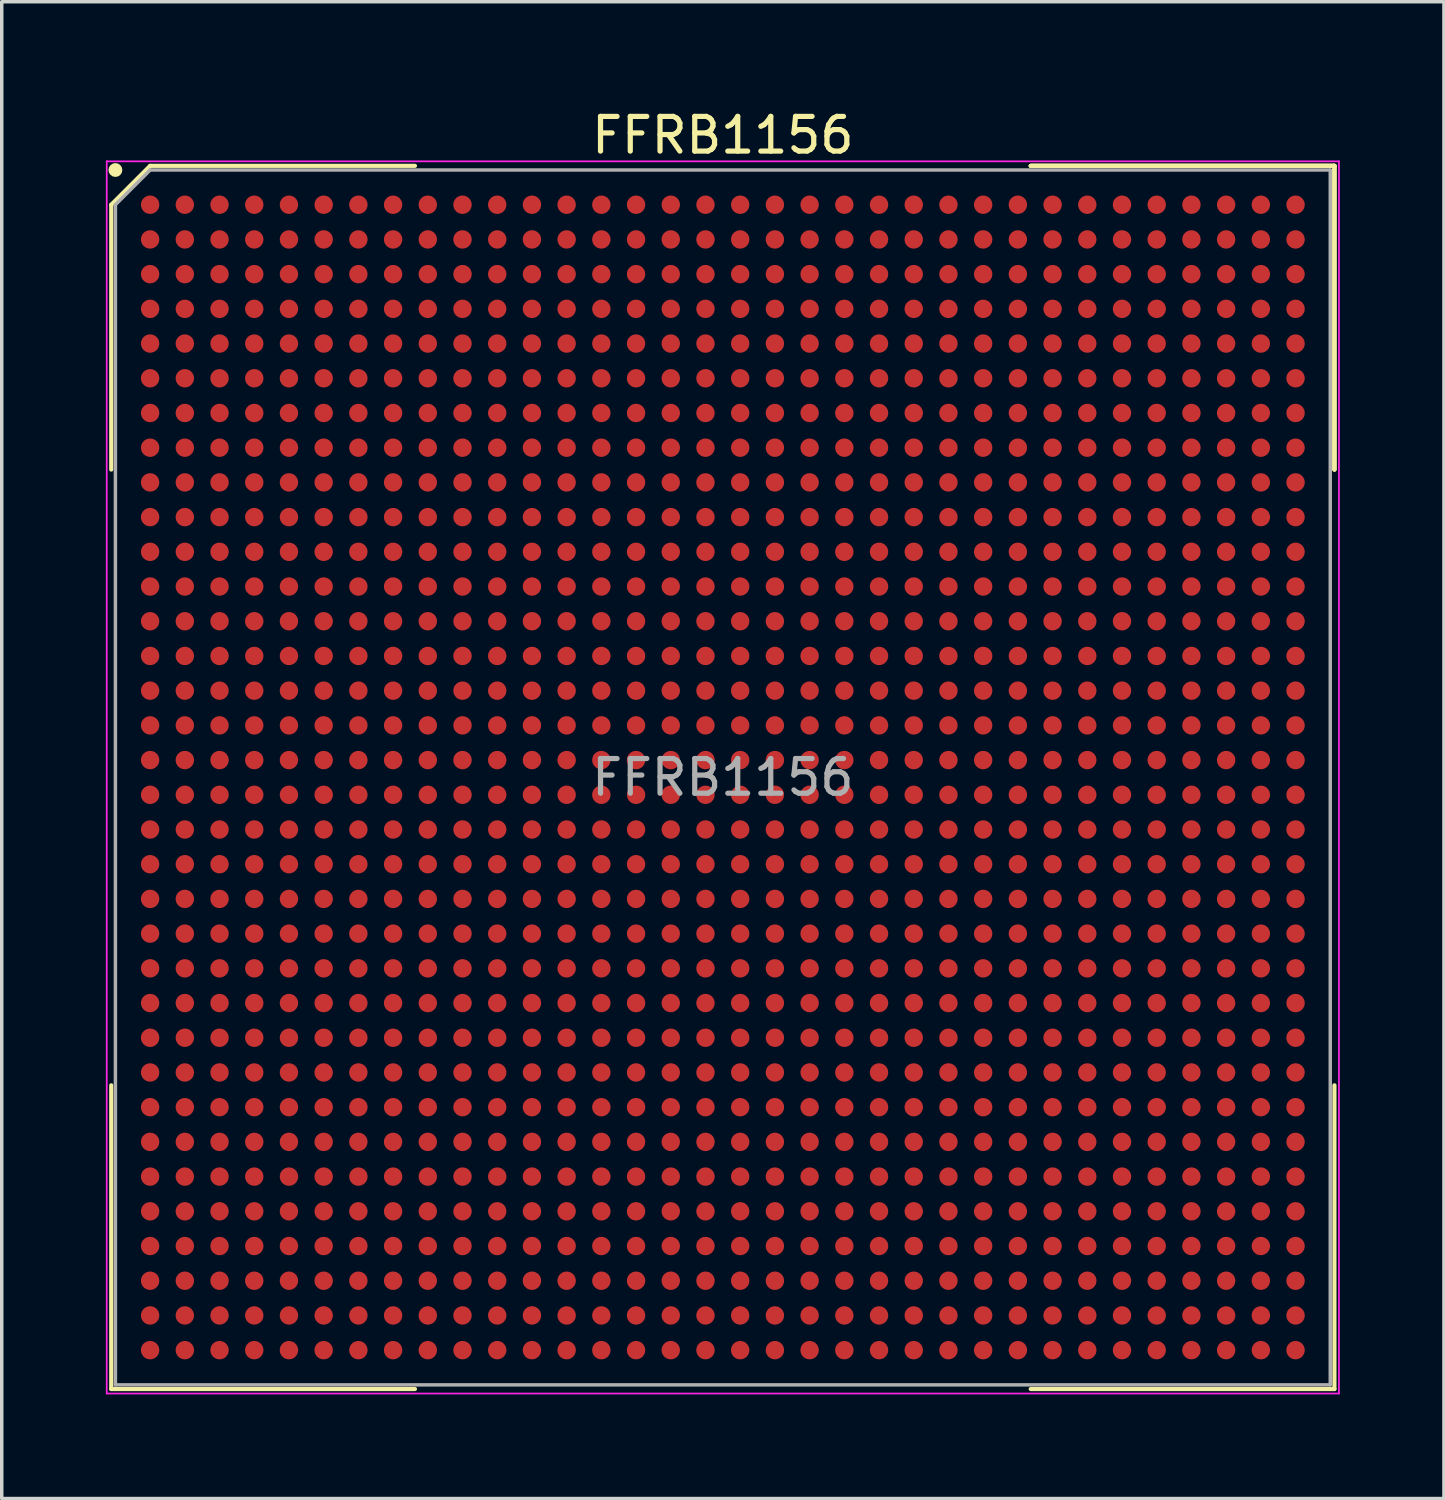
<source format=kicad_pcb>
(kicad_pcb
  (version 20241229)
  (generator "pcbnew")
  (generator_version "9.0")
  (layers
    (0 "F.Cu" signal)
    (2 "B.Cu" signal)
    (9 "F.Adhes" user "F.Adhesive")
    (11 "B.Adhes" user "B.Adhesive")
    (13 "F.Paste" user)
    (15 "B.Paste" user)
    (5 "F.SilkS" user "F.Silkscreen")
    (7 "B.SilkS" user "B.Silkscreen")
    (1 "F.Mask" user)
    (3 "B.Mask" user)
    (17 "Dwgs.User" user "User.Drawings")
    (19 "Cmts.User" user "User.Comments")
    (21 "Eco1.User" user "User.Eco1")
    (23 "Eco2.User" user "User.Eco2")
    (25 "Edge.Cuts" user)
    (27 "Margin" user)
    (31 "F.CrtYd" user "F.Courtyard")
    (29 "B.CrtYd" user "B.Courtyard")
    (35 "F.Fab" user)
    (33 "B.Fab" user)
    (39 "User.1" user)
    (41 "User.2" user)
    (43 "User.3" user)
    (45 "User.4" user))
  (footprint "FFRB1156"
    (layer "F.Cu")
    (at 17.775 19.348)
    (property "Reference" "FFRB1156" (at 0 -18.5 0) (layer "F.SilkS") (effects (font (size 1 1) (thickness 0.15))))
    (attr smd)
    (fp_line (start -17.62 -16.5) (end -17.62 -8.87) (stroke (width 0.12) (type solid)) (layer "F.SilkS"))
    (fp_line (start -17.62 17.62) (end -17.62 8.87) (stroke (width 0.12) (type solid)) (layer "F.SilkS"))
    (fp_line (start -16.5 -17.62) (end -17.62 -16.5) (stroke (width 0.12) (type solid)) (layer "F.SilkS"))
    (fp_line (start -8.87 -17.62) (end -16.5 -17.62) (stroke (width 0.12) (type solid)) (layer "F.SilkS"))
    (fp_line (start -8.87 17.62) (end -17.62 17.62) (stroke (width 0.12) (type solid)) (layer "F.SilkS"))
    (fp_line (start 8.87 -17.62) (end 17.62 -17.62) (stroke (width 0.12) (type solid)) (layer "F.SilkS"))
    (fp_line (start 8.87 -17.62) (end 17.62 -17.62) (stroke (width 0.12) (type solid)) (layer "F.SilkS"))
    (fp_line (start 8.87 -17.62) (end 17.62 -17.62) (stroke (width 0.12) (type solid)) (layer "F.SilkS"))
    (fp_line (start 8.87 17.62) (end 17.62 17.62) (stroke (width 0.12) (type solid)) (layer "F.SilkS"))
    (fp_line (start 17.62 -17.62) (end 17.62 -8.87) (stroke (width 0.12) (type solid)) (layer "F.SilkS"))
    (fp_line (start 17.62 -17.62) (end 17.62 -8.87) (stroke (width 0.12) (type solid)) (layer "F.SilkS"))
    (fp_line (start 17.62 -17.62) (end 17.62 -8.87) (stroke (width 0.12) (type solid)) (layer "F.SilkS"))
    (fp_line (start 17.62 17.62) (end 17.62 8.87) (stroke (width 0.12) (type solid)) (layer "F.SilkS"))
    (fp_circle (center -17.5 -17.5) (end -17.5 -17.4) (stroke (width 0.2) (type solid)) (fill no) (layer "F.SilkS"))
    (fp_line (start -17.75 -17.75) (end 17.75 -17.75) (stroke (width 0.05) (type solid)) (layer "F.CrtYd"))
    (fp_line (start -17.75 17.75) (end -17.75 -17.75) (stroke (width 0.05) (type solid)) (layer "F.CrtYd"))
    (fp_line (start 17.75 -17.75) (end 17.75 17.75) (stroke (width 0.05) (type solid)) (layer "F.CrtYd"))
    (fp_line (start 17.75 17.75) (end -17.75 17.75) (stroke (width 0.05) (type solid)) (layer "F.CrtYd"))
    (fp_line (start -17.5 -16.5) (end -17.5 17.5) (stroke (width 0.1) (type solid)) (layer "F.Fab"))
    (fp_line (start -17.5 17.5) (end 17.5 17.5) (stroke (width 0.1) (type solid)) (layer "F.Fab"))
    (fp_line (start -16.5 -17.5) (end -17.5 -16.5) (stroke (width 0.1) (type solid)) (layer "F.Fab"))
    (fp_line (start 17.5 -17.5) (end -16.5 -17.5) (stroke (width 0.1) (type solid)) (layer "F.Fab"))
    (fp_line (start 17.5 17.5) (end 17.5 -17.5) (stroke (width 0.1) (type solid)) (layer "F.Fab"))
    (fp_text user "${REFERENCE}" (at 0 0 0) (layer "F.Fab") (effects (font (size 1 1) (thickness 0.15))))
    (pad "A1" smd circle (at -16.5 -16.5) (size 0.53 0.53) (layers "F.Cu" "F.Mask" "F.Paste"))
    (pad "A2" smd circle (at -15.5 -16.5) (size 0.53 0.53) (layers "F.Cu" "F.Mask" "F.Paste"))
    (pad "A3" smd circle (at -14.5 -16.5) (size 0.53 0.53) (layers "F.Cu" "F.Mask" "F.Paste"))
    (pad "A4" smd circle (at -13.5 -16.5) (size 0.53 0.53) (layers "F.Cu" "F.Mask" "F.Paste"))
    (pad "A5" smd circle (at -12.5 -16.5) (size 0.53 0.53) (layers "F.Cu" "F.Mask" "F.Paste"))
    (pad "A6" smd circle (at -11.5 -16.5) (size 0.53 0.53) (layers "F.Cu" "F.Mask" "F.Paste"))
    (pad "A7" smd circle (at -10.5 -16.5) (size 0.53 0.53) (layers "F.Cu" "F.Mask" "F.Paste"))
    (pad "A8" smd circle (at -9.5 -16.5) (size 0.53 0.53) (layers "F.Cu" "F.Mask" "F.Paste"))
    (pad "A9" smd circle (at -8.5 -16.5) (size 0.53 0.53) (layers "F.Cu" "F.Mask" "F.Paste"))
    (pad "A10" smd circle (at -7.5 -16.5) (size 0.53 0.53) (layers "F.Cu" "F.Mask" "F.Paste"))
    (pad "A11" smd circle (at -6.5 -16.5) (size 0.53 0.53) (layers "F.Cu" "F.Mask" "F.Paste"))
    (pad "A12" smd circle (at -5.5 -16.5) (size 0.53 0.53) (layers "F.Cu" "F.Mask" "F.Paste"))
    (pad "A13" smd circle (at -4.5 -16.5) (size 0.53 0.53) (layers "F.Cu" "F.Mask" "F.Paste"))
    (pad "A14" smd circle (at -3.5 -16.5) (size 0.53 0.53) (layers "F.Cu" "F.Mask" "F.Paste"))
    (pad "A15" smd circle (at -2.5 -16.5) (size 0.53 0.53) (layers "F.Cu" "F.Mask" "F.Paste"))
    (pad "A16" smd circle (at -1.5 -16.5) (size 0.53 0.53) (layers "F.Cu" "F.Mask" "F.Paste"))
    (pad "A17" smd circle (at -0.5 -16.5) (size 0.53 0.53) (layers "F.Cu" "F.Mask" "F.Paste"))
    (pad "A18" smd circle (at 0.5 -16.5) (size 0.53 0.53) (layers "F.Cu" "F.Mask" "F.Paste"))
    (pad "A19" smd circle (at 1.5 -16.5) (size 0.53 0.53) (layers "F.Cu" "F.Mask" "F.Paste"))
    (pad "A20" smd circle (at 2.5 -16.5) (size 0.53 0.53) (layers "F.Cu" "F.Mask" "F.Paste"))
    (pad "A21" smd circle (at 3.5 -16.5) (size 0.53 0.53) (layers "F.Cu" "F.Mask" "F.Paste"))
    (pad "A22" smd circle (at 4.5 -16.5) (size 0.53 0.53) (layers "F.Cu" "F.Mask" "F.Paste"))
    (pad "A23" smd circle (at 5.5 -16.5) (size 0.53 0.53) (layers "F.Cu" "F.Mask" "F.Paste"))
    (pad "A24" smd circle (at 6.5 -16.5) (size 0.53 0.53) (layers "F.Cu" "F.Mask" "F.Paste"))
    (pad "A25" smd circle (at 7.5 -16.5) (size 0.53 0.53) (layers "F.Cu" "F.Mask" "F.Paste"))
    (pad "A26" smd circle (at 8.5 -16.5) (size 0.53 0.53) (layers "F.Cu" "F.Mask" "F.Paste"))
    (pad "A27" smd circle (at 9.5 -16.5) (size 0.53 0.53) (layers "F.Cu" "F.Mask" "F.Paste"))
    (pad "A28" smd circle (at 10.5 -16.5) (size 0.53 0.53) (layers "F.Cu" "F.Mask" "F.Paste"))
    (pad "A29" smd circle (at 11.5 -16.5) (size 0.53 0.53) (layers "F.Cu" "F.Mask" "F.Paste"))
    (pad "A30" smd circle (at 12.5 -16.5) (size 0.53 0.53) (layers "F.Cu" "F.Mask" "F.Paste"))
    (pad "A31" smd circle (at 13.5 -16.5) (size 0.53 0.53) (layers "F.Cu" "F.Mask" "F.Paste"))
    (pad "A32" smd circle (at 14.5 -16.5) (size 0.53 0.53) (layers "F.Cu" "F.Mask" "F.Paste"))
    (pad "A33" smd circle (at 15.5 -16.5) (size 0.53 0.53) (layers "F.Cu" "F.Mask" "F.Paste"))
    (pad "A34" smd circle (at 16.5 -16.5) (size 0.53 0.53) (layers "F.Cu" "F.Mask" "F.Paste"))
    (pad "AA1" smd circle (at -16.5 3.5) (size 0.53 0.53) (layers "F.Cu" "F.Mask" "F.Paste"))
    (pad "AA2" smd circle (at -15.5 3.5) (size 0.53 0.53) (layers "F.Cu" "F.Mask" "F.Paste"))
    (pad "AA3" smd circle (at -14.5 3.5) (size 0.53 0.53) (layers "F.Cu" "F.Mask" "F.Paste"))
    (pad "AA4" smd circle (at -13.5 3.5) (size 0.53 0.53) (layers "F.Cu" "F.Mask" "F.Paste"))
    (pad "AA5" smd circle (at -12.5 3.5) (size 0.53 0.53) (layers "F.Cu" "F.Mask" "F.Paste"))
    (pad "AA6" smd circle (at -11.5 3.5) (size 0.53 0.53) (layers "F.Cu" "F.Mask" "F.Paste"))
    (pad "AA7" smd circle (at -10.5 3.5) (size 0.53 0.53) (layers "F.Cu" "F.Mask" "F.Paste"))
    (pad "AA8" smd circle (at -9.5 3.5) (size 0.53 0.53) (layers "F.Cu" "F.Mask" "F.Paste"))
    (pad "AA9" smd circle (at -8.5 3.5) (size 0.53 0.53) (layers "F.Cu" "F.Mask" "F.Paste"))
    (pad "AA10" smd circle (at -7.5 3.5) (size 0.53 0.53) (layers "F.Cu" "F.Mask" "F.Paste"))
    (pad "AA11" smd circle (at -6.5 3.5) (size 0.53 0.53) (layers "F.Cu" "F.Mask" "F.Paste"))
    (pad "AA12" smd circle (at -5.5 3.5) (size 0.53 0.53) (layers "F.Cu" "F.Mask" "F.Paste"))
    (pad "AA13" smd circle (at -4.5 3.5) (size 0.53 0.53) (layers "F.Cu" "F.Mask" "F.Paste"))
    (pad "AA14" smd circle (at -3.5 3.5) (size 0.53 0.53) (layers "F.Cu" "F.Mask" "F.Paste"))
    (pad "AA15" smd circle (at -2.5 3.5) (size 0.53 0.53) (layers "F.Cu" "F.Mask" "F.Paste"))
    (pad "AA16" smd circle (at -1.5 3.5) (size 0.53 0.53) (layers "F.Cu" "F.Mask" "F.Paste"))
    (pad "AA17" smd circle (at -0.5 3.5) (size 0.53 0.53) (layers "F.Cu" "F.Mask" "F.Paste"))
    (pad "AA18" smd circle (at 0.5 3.5) (size 0.53 0.53) (layers "F.Cu" "F.Mask" "F.Paste"))
    (pad "AA19" smd circle (at 1.5 3.5) (size 0.53 0.53) (layers "F.Cu" "F.Mask" "F.Paste"))
    (pad "AA20" smd circle (at 2.5 3.5) (size 0.53 0.53) (layers "F.Cu" "F.Mask" "F.Paste"))
    (pad "AA21" smd circle (at 3.5 3.5) (size 0.53 0.53) (layers "F.Cu" "F.Mask" "F.Paste"))
    (pad "AA22" smd circle (at 4.5 3.5) (size 0.53 0.53) (layers "F.Cu" "F.Mask" "F.Paste"))
    (pad "AA23" smd circle (at 5.5 3.5) (size 0.53 0.53) (layers "F.Cu" "F.Mask" "F.Paste"))
    (pad "AA24" smd circle (at 6.5 3.5) (size 0.53 0.53) (layers "F.Cu" "F.Mask" "F.Paste"))
    (pad "AA25" smd circle (at 7.5 3.5) (size 0.53 0.53) (layers "F.Cu" "F.Mask" "F.Paste"))
    (pad "AA26" smd circle (at 8.5 3.5) (size 0.53 0.53) (layers "F.Cu" "F.Mask" "F.Paste"))
    (pad "AA27" smd circle (at 9.5 3.5) (size 0.53 0.53) (layers "F.Cu" "F.Mask" "F.Paste"))
    (pad "AA28" smd circle (at 10.5 3.5) (size 0.53 0.53) (layers "F.Cu" "F.Mask" "F.Paste"))
    (pad "AA29" smd circle (at 11.5 3.5) (size 0.53 0.53) (layers "F.Cu" "F.Mask" "F.Paste"))
    (pad "AA30" smd circle (at 12.5 3.5) (size 0.53 0.53) (layers "F.Cu" "F.Mask" "F.Paste"))
    (pad "AA31" smd circle (at 13.5 3.5) (size 0.53 0.53) (layers "F.Cu" "F.Mask" "F.Paste"))
    (pad "AA32" smd circle (at 14.5 3.5) (size 0.53 0.53) (layers "F.Cu" "F.Mask" "F.Paste"))
    (pad "AA33" smd circle (at 15.5 3.5) (size 0.53 0.53) (layers "F.Cu" "F.Mask" "F.Paste"))
    (pad "AA34" smd circle (at 16.5 3.5) (size 0.53 0.53) (layers "F.Cu" "F.Mask" "F.Paste"))
    (pad "AB1" smd circle (at -16.5 4.5) (size 0.53 0.53) (layers "F.Cu" "F.Mask" "F.Paste"))
    (pad "AB2" smd circle (at -15.5 4.5) (size 0.53 0.53) (layers "F.Cu" "F.Mask" "F.Paste"))
    (pad "AB3" smd circle (at -14.5 4.5) (size 0.53 0.53) (layers "F.Cu" "F.Mask" "F.Paste"))
    (pad "AB4" smd circle (at -13.5 4.5) (size 0.53 0.53) (layers "F.Cu" "F.Mask" "F.Paste"))
    (pad "AB5" smd circle (at -12.5 4.5) (size 0.53 0.53) (layers "F.Cu" "F.Mask" "F.Paste"))
    (pad "AB6" smd circle (at -11.5 4.5) (size 0.53 0.53) (layers "F.Cu" "F.Mask" "F.Paste"))
    (pad "AB7" smd circle (at -10.5 4.5) (size 0.53 0.53) (layers "F.Cu" "F.Mask" "F.Paste"))
    (pad "AB8" smd circle (at -9.5 4.5) (size 0.53 0.53) (layers "F.Cu" "F.Mask" "F.Paste"))
    (pad "AB9" smd circle (at -8.5 4.5) (size 0.53 0.53) (layers "F.Cu" "F.Mask" "F.Paste"))
    (pad "AB10" smd circle (at -7.5 4.5) (size 0.53 0.53) (layers "F.Cu" "F.Mask" "F.Paste"))
    (pad "AB11" smd circle (at -6.5 4.5) (size 0.53 0.53) (layers "F.Cu" "F.Mask" "F.Paste"))
    (pad "AB12" smd circle (at -5.5 4.5) (size 0.53 0.53) (layers "F.Cu" "F.Mask" "F.Paste"))
    (pad "AB13" smd circle (at -4.5 4.5) (size 0.53 0.53) (layers "F.Cu" "F.Mask" "F.Paste"))
    (pad "AB14" smd circle (at -3.5 4.5) (size 0.53 0.53) (layers "F.Cu" "F.Mask" "F.Paste"))
    (pad "AB15" smd circle (at -2.5 4.5) (size 0.53 0.53) (layers "F.Cu" "F.Mask" "F.Paste"))
    (pad "AB16" smd circle (at -1.5 4.5) (size 0.53 0.53) (layers "F.Cu" "F.Mask" "F.Paste"))
    (pad "AB17" smd circle (at -0.5 4.5) (size 0.53 0.53) (layers "F.Cu" "F.Mask" "F.Paste"))
    (pad "AB18" smd circle (at 0.5 4.5) (size 0.53 0.53) (layers "F.Cu" "F.Mask" "F.Paste"))
    (pad "AB19" smd circle (at 1.5 4.5) (size 0.53 0.53) (layers "F.Cu" "F.Mask" "F.Paste"))
    (pad "AB20" smd circle (at 2.5 4.5) (size 0.53 0.53) (layers "F.Cu" "F.Mask" "F.Paste"))
    (pad "AB21" smd circle (at 3.5 4.5) (size 0.53 0.53) (layers "F.Cu" "F.Mask" "F.Paste"))
    (pad "AB22" smd circle (at 4.5 4.5) (size 0.53 0.53) (layers "F.Cu" "F.Mask" "F.Paste"))
    (pad "AB23" smd circle (at 5.5 4.5) (size 0.53 0.53) (layers "F.Cu" "F.Mask" "F.Paste"))
    (pad "AB24" smd circle (at 6.5 4.5) (size 0.53 0.53) (layers "F.Cu" "F.Mask" "F.Paste"))
    (pad "AB25" smd circle (at 7.5 4.5) (size 0.53 0.53) (layers "F.Cu" "F.Mask" "F.Paste"))
    (pad "AB26" smd circle (at 8.5 4.5) (size 0.53 0.53) (layers "F.Cu" "F.Mask" "F.Paste"))
    (pad "AB27" smd circle (at 9.5 4.5) (size 0.53 0.53) (layers "F.Cu" "F.Mask" "F.Paste"))
    (pad "AB28" smd circle (at 10.5 4.5) (size 0.53 0.53) (layers "F.Cu" "F.Mask" "F.Paste"))
    (pad "AB29" smd circle (at 11.5 4.5) (size 0.53 0.53) (layers "F.Cu" "F.Mask" "F.Paste"))
    (pad "AB30" smd circle (at 12.5 4.5) (size 0.53 0.53) (layers "F.Cu" "F.Mask" "F.Paste"))
    (pad "AB31" smd circle (at 13.5 4.5) (size 0.53 0.53) (layers "F.Cu" "F.Mask" "F.Paste"))
    (pad "AB32" smd circle (at 14.5 4.5) (size 0.53 0.53) (layers "F.Cu" "F.Mask" "F.Paste"))
    (pad "AB33" smd circle (at 15.5 4.5) (size 0.53 0.53) (layers "F.Cu" "F.Mask" "F.Paste"))
    (pad "AB34" smd circle (at 16.5 4.5) (size 0.53 0.53) (layers "F.Cu" "F.Mask" "F.Paste"))
    (pad "AC1" smd circle (at -16.5 5.5) (size 0.53 0.53) (layers "F.Cu" "F.Mask" "F.Paste"))
    (pad "AC2" smd circle (at -15.5 5.5) (size 0.53 0.53) (layers "F.Cu" "F.Mask" "F.Paste"))
    (pad "AC3" smd circle (at -14.5 5.5) (size 0.53 0.53) (layers "F.Cu" "F.Mask" "F.Paste"))
    (pad "AC4" smd circle (at -13.5 5.5) (size 0.53 0.53) (layers "F.Cu" "F.Mask" "F.Paste"))
    (pad "AC5" smd circle (at -12.5 5.5) (size 0.53 0.53) (layers "F.Cu" "F.Mask" "F.Paste"))
    (pad "AC6" smd circle (at -11.5 5.5) (size 0.53 0.53) (layers "F.Cu" "F.Mask" "F.Paste"))
    (pad "AC7" smd circle (at -10.5 5.5) (size 0.53 0.53) (layers "F.Cu" "F.Mask" "F.Paste"))
    (pad "AC8" smd circle (at -9.5 5.5) (size 0.53 0.53) (layers "F.Cu" "F.Mask" "F.Paste"))
    (pad "AC9" smd circle (at -8.5 5.5) (size 0.53 0.53) (layers "F.Cu" "F.Mask" "F.Paste"))
    (pad "AC10" smd circle (at -7.5 5.5) (size 0.53 0.53) (layers "F.Cu" "F.Mask" "F.Paste"))
    (pad "AC11" smd circle (at -6.5 5.5) (size 0.53 0.53) (layers "F.Cu" "F.Mask" "F.Paste"))
    (pad "AC12" smd circle (at -5.5 5.5) (size 0.53 0.53) (layers "F.Cu" "F.Mask" "F.Paste"))
    (pad "AC13" smd circle (at -4.5 5.5) (size 0.53 0.53) (layers "F.Cu" "F.Mask" "F.Paste"))
    (pad "AC14" smd circle (at -3.5 5.5) (size 0.53 0.53) (layers "F.Cu" "F.Mask" "F.Paste"))
    (pad "AC15" smd circle (at -2.5 5.5) (size 0.53 0.53) (layers "F.Cu" "F.Mask" "F.Paste"))
    (pad "AC16" smd circle (at -1.5 5.5) (size 0.53 0.53) (layers "F.Cu" "F.Mask" "F.Paste"))
    (pad "AC17" smd circle (at -0.5 5.5) (size 0.53 0.53) (layers "F.Cu" "F.Mask" "F.Paste"))
    (pad "AC18" smd circle (at 0.5 5.5) (size 0.53 0.53) (layers "F.Cu" "F.Mask" "F.Paste"))
    (pad "AC19" smd circle (at 1.5 5.5) (size 0.53 0.53) (layers "F.Cu" "F.Mask" "F.Paste"))
    (pad "AC20" smd circle (at 2.5 5.5) (size 0.53 0.53) (layers "F.Cu" "F.Mask" "F.Paste"))
    (pad "AC21" smd circle (at 3.5 5.5) (size 0.53 0.53) (layers "F.Cu" "F.Mask" "F.Paste"))
    (pad "AC22" smd circle (at 4.5 5.5) (size 0.53 0.53) (layers "F.Cu" "F.Mask" "F.Paste"))
    (pad "AC23" smd circle (at 5.5 5.5) (size 0.53 0.53) (layers "F.Cu" "F.Mask" "F.Paste"))
    (pad "AC24" smd circle (at 6.5 5.5) (size 0.53 0.53) (layers "F.Cu" "F.Mask" "F.Paste"))
    (pad "AC25" smd circle (at 7.5 5.5) (size 0.53 0.53) (layers "F.Cu" "F.Mask" "F.Paste"))
    (pad "AC26" smd circle (at 8.5 5.5) (size 0.53 0.53) (layers "F.Cu" "F.Mask" "F.Paste"))
    (pad "AC27" smd circle (at 9.5 5.5) (size 0.53 0.53) (layers "F.Cu" "F.Mask" "F.Paste"))
    (pad "AC28" smd circle (at 10.5 5.5) (size 0.53 0.53) (layers "F.Cu" "F.Mask" "F.Paste"))
    (pad "AC29" smd circle (at 11.5 5.5) (size 0.53 0.53) (layers "F.Cu" "F.Mask" "F.Paste"))
    (pad "AC30" smd circle (at 12.5 5.5) (size 0.53 0.53) (layers "F.Cu" "F.Mask" "F.Paste"))
    (pad "AC31" smd circle (at 13.5 5.5) (size 0.53 0.53) (layers "F.Cu" "F.Mask" "F.Paste"))
    (pad "AC32" smd circle (at 14.5 5.5) (size 0.53 0.53) (layers "F.Cu" "F.Mask" "F.Paste"))
    (pad "AC33" smd circle (at 15.5 5.5) (size 0.53 0.53) (layers "F.Cu" "F.Mask" "F.Paste"))
    (pad "AC34" smd circle (at 16.5 5.5) (size 0.53 0.53) (layers "F.Cu" "F.Mask" "F.Paste"))
    (pad "AD1" smd circle (at -16.5 6.5) (size 0.53 0.53) (layers "F.Cu" "F.Mask" "F.Paste"))
    (pad "AD2" smd circle (at -15.5 6.5) (size 0.53 0.53) (layers "F.Cu" "F.Mask" "F.Paste"))
    (pad "AD3" smd circle (at -14.5 6.5) (size 0.53 0.53) (layers "F.Cu" "F.Mask" "F.Paste"))
    (pad "AD4" smd circle (at -13.5 6.5) (size 0.53 0.53) (layers "F.Cu" "F.Mask" "F.Paste"))
    (pad "AD5" smd circle (at -12.5 6.5) (size 0.53 0.53) (layers "F.Cu" "F.Mask" "F.Paste"))
    (pad "AD6" smd circle (at -11.5 6.5) (size 0.53 0.53) (layers "F.Cu" "F.Mask" "F.Paste"))
    (pad "AD7" smd circle (at -10.5 6.5) (size 0.53 0.53) (layers "F.Cu" "F.Mask" "F.Paste"))
    (pad "AD8" smd circle (at -9.5 6.5) (size 0.53 0.53) (layers "F.Cu" "F.Mask" "F.Paste"))
    (pad "AD9" smd circle (at -8.5 6.5) (size 0.53 0.53) (layers "F.Cu" "F.Mask" "F.Paste"))
    (pad "AD10" smd circle (at -7.5 6.5) (size 0.53 0.53) (layers "F.Cu" "F.Mask" "F.Paste"))
    (pad "AD11" smd circle (at -6.5 6.5) (size 0.53 0.53) (layers "F.Cu" "F.Mask" "F.Paste"))
    (pad "AD12" smd circle (at -5.5 6.5) (size 0.53 0.53) (layers "F.Cu" "F.Mask" "F.Paste"))
    (pad "AD13" smd circle (at -4.5 6.5) (size 0.53 0.53) (layers "F.Cu" "F.Mask" "F.Paste"))
    (pad "AD14" smd circle (at -3.5 6.5) (size 0.53 0.53) (layers "F.Cu" "F.Mask" "F.Paste"))
    (pad "AD15" smd circle (at -2.5 6.5) (size 0.53 0.53) (layers "F.Cu" "F.Mask" "F.Paste"))
    (pad "AD16" smd circle (at -1.5 6.5) (size 0.53 0.53) (layers "F.Cu" "F.Mask" "F.Paste"))
    (pad "AD17" smd circle (at -0.5 6.5) (size 0.53 0.53) (layers "F.Cu" "F.Mask" "F.Paste"))
    (pad "AD18" smd circle (at 0.5 6.5) (size 0.53 0.53) (layers "F.Cu" "F.Mask" "F.Paste"))
    (pad "AD19" smd circle (at 1.5 6.5) (size 0.53 0.53) (layers "F.Cu" "F.Mask" "F.Paste"))
    (pad "AD20" smd circle (at 2.5 6.5) (size 0.53 0.53) (layers "F.Cu" "F.Mask" "F.Paste"))
    (pad "AD21" smd circle (at 3.5 6.5) (size 0.53 0.53) (layers "F.Cu" "F.Mask" "F.Paste"))
    (pad "AD22" smd circle (at 4.5 6.5) (size 0.53 0.53) (layers "F.Cu" "F.Mask" "F.Paste"))
    (pad "AD23" smd circle (at 5.5 6.5) (size 0.53 0.53) (layers "F.Cu" "F.Mask" "F.Paste"))
    (pad "AD24" smd circle (at 6.5 6.5) (size 0.53 0.53) (layers "F.Cu" "F.Mask" "F.Paste"))
    (pad "AD25" smd circle (at 7.5 6.5) (size 0.53 0.53) (layers "F.Cu" "F.Mask" "F.Paste"))
    (pad "AD26" smd circle (at 8.5 6.5) (size 0.53 0.53) (layers "F.Cu" "F.Mask" "F.Paste"))
    (pad "AD27" smd circle (at 9.5 6.5) (size 0.53 0.53) (layers "F.Cu" "F.Mask" "F.Paste"))
    (pad "AD28" smd circle (at 10.5 6.5) (size 0.53 0.53) (layers "F.Cu" "F.Mask" "F.Paste"))
    (pad "AD29" smd circle (at 11.5 6.5) (size 0.53 0.53) (layers "F.Cu" "F.Mask" "F.Paste"))
    (pad "AD30" smd circle (at 12.5 6.5) (size 0.53 0.53) (layers "F.Cu" "F.Mask" "F.Paste"))
    (pad "AD31" smd circle (at 13.5 6.5) (size 0.53 0.53) (layers "F.Cu" "F.Mask" "F.Paste"))
    (pad "AD32" smd circle (at 14.5 6.5) (size 0.53 0.53) (layers "F.Cu" "F.Mask" "F.Paste"))
    (pad "AD33" smd circle (at 15.5 6.5) (size 0.53 0.53) (layers "F.Cu" "F.Mask" "F.Paste"))
    (pad "AD34" smd circle (at 16.5 6.5) (size 0.53 0.53) (layers "F.Cu" "F.Mask" "F.Paste"))
    (pad "AE1" smd circle (at -16.5 7.5) (size 0.53 0.53) (layers "F.Cu" "F.Mask" "F.Paste"))
    (pad "AE2" smd circle (at -15.5 7.5) (size 0.53 0.53) (layers "F.Cu" "F.Mask" "F.Paste"))
    (pad "AE3" smd circle (at -14.5 7.5) (size 0.53 0.53) (layers "F.Cu" "F.Mask" "F.Paste"))
    (pad "AE4" smd circle (at -13.5 7.5) (size 0.53 0.53) (layers "F.Cu" "F.Mask" "F.Paste"))
    (pad "AE5" smd circle (at -12.5 7.5) (size 0.53 0.53) (layers "F.Cu" "F.Mask" "F.Paste"))
    (pad "AE6" smd circle (at -11.5 7.5) (size 0.53 0.53) (layers "F.Cu" "F.Mask" "F.Paste"))
    (pad "AE7" smd circle (at -10.5 7.5) (size 0.53 0.53) (layers "F.Cu" "F.Mask" "F.Paste"))
    (pad "AE8" smd circle (at -9.5 7.5) (size 0.53 0.53) (layers "F.Cu" "F.Mask" "F.Paste"))
    (pad "AE9" smd circle (at -8.5 7.5) (size 0.53 0.53) (layers "F.Cu" "F.Mask" "F.Paste"))
    (pad "AE10" smd circle (at -7.5 7.5) (size 0.53 0.53) (layers "F.Cu" "F.Mask" "F.Paste"))
    (pad "AE11" smd circle (at -6.5 7.5) (size 0.53 0.53) (layers "F.Cu" "F.Mask" "F.Paste"))
    (pad "AE12" smd circle (at -5.5 7.5) (size 0.53 0.53) (layers "F.Cu" "F.Mask" "F.Paste"))
    (pad "AE13" smd circle (at -4.5 7.5) (size 0.53 0.53) (layers "F.Cu" "F.Mask" "F.Paste"))
    (pad "AE14" smd circle (at -3.5 7.5) (size 0.53 0.53) (layers "F.Cu" "F.Mask" "F.Paste"))
    (pad "AE15" smd circle (at -2.5 7.5) (size 0.53 0.53) (layers "F.Cu" "F.Mask" "F.Paste"))
    (pad "AE16" smd circle (at -1.5 7.5) (size 0.53 0.53) (layers "F.Cu" "F.Mask" "F.Paste"))
    (pad "AE17" smd circle (at -0.5 7.5) (size 0.53 0.53) (layers "F.Cu" "F.Mask" "F.Paste"))
    (pad "AE18" smd circle (at 0.5 7.5) (size 0.53 0.53) (layers "F.Cu" "F.Mask" "F.Paste"))
    (pad "AE19" smd circle (at 1.5 7.5) (size 0.53 0.53) (layers "F.Cu" "F.Mask" "F.Paste"))
    (pad "AE20" smd circle (at 2.5 7.5) (size 0.53 0.53) (layers "F.Cu" "F.Mask" "F.Paste"))
    (pad "AE21" smd circle (at 3.5 7.5) (size 0.53 0.53) (layers "F.Cu" "F.Mask" "F.Paste"))
    (pad "AE22" smd circle (at 4.5 7.5) (size 0.53 0.53) (layers "F.Cu" "F.Mask" "F.Paste"))
    (pad "AE23" smd circle (at 5.5 7.5) (size 0.53 0.53) (layers "F.Cu" "F.Mask" "F.Paste"))
    (pad "AE24" smd circle (at 6.5 7.5) (size 0.53 0.53) (layers "F.Cu" "F.Mask" "F.Paste"))
    (pad "AE25" smd circle (at 7.5 7.5) (size 0.53 0.53) (layers "F.Cu" "F.Mask" "F.Paste"))
    (pad "AE26" smd circle (at 8.5 7.5) (size 0.53 0.53) (layers "F.Cu" "F.Mask" "F.Paste"))
    (pad "AE27" smd circle (at 9.5 7.5) (size 0.53 0.53) (layers "F.Cu" "F.Mask" "F.Paste"))
    (pad "AE28" smd circle (at 10.5 7.5) (size 0.53 0.53) (layers "F.Cu" "F.Mask" "F.Paste"))
    (pad "AE29" smd circle (at 11.5 7.5) (size 0.53 0.53) (layers "F.Cu" "F.Mask" "F.Paste"))
    (pad "AE30" smd circle (at 12.5 7.5) (size 0.53 0.53) (layers "F.Cu" "F.Mask" "F.Paste"))
    (pad "AE31" smd circle (at 13.5 7.5) (size 0.53 0.53) (layers "F.Cu" "F.Mask" "F.Paste"))
    (pad "AE32" smd circle (at 14.5 7.5) (size 0.53 0.53) (layers "F.Cu" "F.Mask" "F.Paste"))
    (pad "AE33" smd circle (at 15.5 7.5) (size 0.53 0.53) (layers "F.Cu" "F.Mask" "F.Paste"))
    (pad "AE34" smd circle (at 16.5 7.5) (size 0.53 0.53) (layers "F.Cu" "F.Mask" "F.Paste"))
    (pad "AF1" smd circle (at -16.5 8.5) (size 0.53 0.53) (layers "F.Cu" "F.Mask" "F.Paste"))
    (pad "AF2" smd circle (at -15.5 8.5) (size 0.53 0.53) (layers "F.Cu" "F.Mask" "F.Paste"))
    (pad "AF3" smd circle (at -14.5 8.5) (size 0.53 0.53) (layers "F.Cu" "F.Mask" "F.Paste"))
    (pad "AF4" smd circle (at -13.5 8.5) (size 0.53 0.53) (layers "F.Cu" "F.Mask" "F.Paste"))
    (pad "AF5" smd circle (at -12.5 8.5) (size 0.53 0.53) (layers "F.Cu" "F.Mask" "F.Paste"))
    (pad "AF6" smd circle (at -11.5 8.5) (size 0.53 0.53) (layers "F.Cu" "F.Mask" "F.Paste"))
    (pad "AF7" smd circle (at -10.5 8.5) (size 0.53 0.53) (layers "F.Cu" "F.Mask" "F.Paste"))
    (pad "AF8" smd circle (at -9.5 8.5) (size 0.53 0.53) (layers "F.Cu" "F.Mask" "F.Paste"))
    (pad "AF9" smd circle (at -8.5 8.5) (size 0.53 0.53) (layers "F.Cu" "F.Mask" "F.Paste"))
    (pad "AF10" smd circle (at -7.5 8.5) (size 0.53 0.53) (layers "F.Cu" "F.Mask" "F.Paste"))
    (pad "AF11" smd circle (at -6.5 8.5) (size 0.53 0.53) (layers "F.Cu" "F.Mask" "F.Paste"))
    (pad "AF12" smd circle (at -5.5 8.5) (size 0.53 0.53) (layers "F.Cu" "F.Mask" "F.Paste"))
    (pad "AF13" smd circle (at -4.5 8.5) (size 0.53 0.53) (layers "F.Cu" "F.Mask" "F.Paste"))
    (pad "AF14" smd circle (at -3.5 8.5) (size 0.53 0.53) (layers "F.Cu" "F.Mask" "F.Paste"))
    (pad "AF15" smd circle (at -2.5 8.5) (size 0.53 0.53) (layers "F.Cu" "F.Mask" "F.Paste"))
    (pad "AF16" smd circle (at -1.5 8.5) (size 0.53 0.53) (layers "F.Cu" "F.Mask" "F.Paste"))
    (pad "AF17" smd circle (at -0.5 8.5) (size 0.53 0.53) (layers "F.Cu" "F.Mask" "F.Paste"))
    (pad "AF18" smd circle (at 0.5 8.5) (size 0.53 0.53) (layers "F.Cu" "F.Mask" "F.Paste"))
    (pad "AF19" smd circle (at 1.5 8.5) (size 0.53 0.53) (layers "F.Cu" "F.Mask" "F.Paste"))
    (pad "AF20" smd circle (at 2.5 8.5) (size 0.53 0.53) (layers "F.Cu" "F.Mask" "F.Paste"))
    (pad "AF21" smd circle (at 3.5 8.5) (size 0.53 0.53) (layers "F.Cu" "F.Mask" "F.Paste"))
    (pad "AF22" smd circle (at 4.5 8.5) (size 0.53 0.53) (layers "F.Cu" "F.Mask" "F.Paste"))
    (pad "AF23" smd circle (at 5.5 8.5) (size 0.53 0.53) (layers "F.Cu" "F.Mask" "F.Paste"))
    (pad "AF24" smd circle (at 6.5 8.5) (size 0.53 0.53) (layers "F.Cu" "F.Mask" "F.Paste"))
    (pad "AF25" smd circle (at 7.5 8.5) (size 0.53 0.53) (layers "F.Cu" "F.Mask" "F.Paste"))
    (pad "AF26" smd circle (at 8.5 8.5) (size 0.53 0.53) (layers "F.Cu" "F.Mask" "F.Paste"))
    (pad "AF27" smd circle (at 9.5 8.5) (size 0.53 0.53) (layers "F.Cu" "F.Mask" "F.Paste"))
    (pad "AF28" smd circle (at 10.5 8.5) (size 0.53 0.53) (layers "F.Cu" "F.Mask" "F.Paste"))
    (pad "AF29" smd circle (at 11.5 8.5) (size 0.53 0.53) (layers "F.Cu" "F.Mask" "F.Paste"))
    (pad "AF30" smd circle (at 12.5 8.5) (size 0.53 0.53) (layers "F.Cu" "F.Mask" "F.Paste"))
    (pad "AF31" smd circle (at 13.5 8.5) (size 0.53 0.53) (layers "F.Cu" "F.Mask" "F.Paste"))
    (pad "AF32" smd circle (at 14.5 8.5) (size 0.53 0.53) (layers "F.Cu" "F.Mask" "F.Paste"))
    (pad "AF33" smd circle (at 15.5 8.5) (size 0.53 0.53) (layers "F.Cu" "F.Mask" "F.Paste"))
    (pad "AF34" smd circle (at 16.5 8.5) (size 0.53 0.53) (layers "F.Cu" "F.Mask" "F.Paste"))
    (pad "AG1" smd circle (at -16.5 9.5) (size 0.53 0.53) (layers "F.Cu" "F.Mask" "F.Paste"))
    (pad "AG2" smd circle (at -15.5 9.5) (size 0.53 0.53) (layers "F.Cu" "F.Mask" "F.Paste"))
    (pad "AG3" smd circle (at -14.5 9.5) (size 0.53 0.53) (layers "F.Cu" "F.Mask" "F.Paste"))
    (pad "AG4" smd circle (at -13.5 9.5) (size 0.53 0.53) (layers "F.Cu" "F.Mask" "F.Paste"))
    (pad "AG5" smd circle (at -12.5 9.5) (size 0.53 0.53) (layers "F.Cu" "F.Mask" "F.Paste"))
    (pad "AG6" smd circle (at -11.5 9.5) (size 0.53 0.53) (layers "F.Cu" "F.Mask" "F.Paste"))
    (pad "AG7" smd circle (at -10.5 9.5) (size 0.53 0.53) (layers "F.Cu" "F.Mask" "F.Paste"))
    (pad "AG8" smd circle (at -9.5 9.5) (size 0.53 0.53) (layers "F.Cu" "F.Mask" "F.Paste"))
    (pad "AG9" smd circle (at -8.5 9.5) (size 0.53 0.53) (layers "F.Cu" "F.Mask" "F.Paste"))
    (pad "AG10" smd circle (at -7.5 9.5) (size 0.53 0.53) (layers "F.Cu" "F.Mask" "F.Paste"))
    (pad "AG11" smd circle (at -6.5 9.5) (size 0.53 0.53) (layers "F.Cu" "F.Mask" "F.Paste"))
    (pad "AG12" smd circle (at -5.5 9.5) (size 0.53 0.53) (layers "F.Cu" "F.Mask" "F.Paste"))
    (pad "AG13" smd circle (at -4.5 9.5) (size 0.53 0.53) (layers "F.Cu" "F.Mask" "F.Paste"))
    (pad "AG14" smd circle (at -3.5 9.5) (size 0.53 0.53) (layers "F.Cu" "F.Mask" "F.Paste"))
    (pad "AG15" smd circle (at -2.5 9.5) (size 0.53 0.53) (layers "F.Cu" "F.Mask" "F.Paste"))
    (pad "AG16" smd circle (at -1.5 9.5) (size 0.53 0.53) (layers "F.Cu" "F.Mask" "F.Paste"))
    (pad "AG17" smd circle (at -0.5 9.5) (size 0.53 0.53) (layers "F.Cu" "F.Mask" "F.Paste"))
    (pad "AG18" smd circle (at 0.5 9.5) (size 0.53 0.53) (layers "F.Cu" "F.Mask" "F.Paste"))
    (pad "AG19" smd circle (at 1.5 9.5) (size 0.53 0.53) (layers "F.Cu" "F.Mask" "F.Paste"))
    (pad "AG20" smd circle (at 2.5 9.5) (size 0.53 0.53) (layers "F.Cu" "F.Mask" "F.Paste"))
    (pad "AG21" smd circle (at 3.5 9.5) (size 0.53 0.53) (layers "F.Cu" "F.Mask" "F.Paste"))
    (pad "AG22" smd circle (at 4.5 9.5) (size 0.53 0.53) (layers "F.Cu" "F.Mask" "F.Paste"))
    (pad "AG23" smd circle (at 5.5 9.5) (size 0.53 0.53) (layers "F.Cu" "F.Mask" "F.Paste"))
    (pad "AG24" smd circle (at 6.5 9.5) (size 0.53 0.53) (layers "F.Cu" "F.Mask" "F.Paste"))
    (pad "AG25" smd circle (at 7.5 9.5) (size 0.53 0.53) (layers "F.Cu" "F.Mask" "F.Paste"))
    (pad "AG26" smd circle (at 8.5 9.5) (size 0.53 0.53) (layers "F.Cu" "F.Mask" "F.Paste"))
    (pad "AG27" smd circle (at 9.5 9.5) (size 0.53 0.53) (layers "F.Cu" "F.Mask" "F.Paste"))
    (pad "AG28" smd circle (at 10.5 9.5) (size 0.53 0.53) (layers "F.Cu" "F.Mask" "F.Paste"))
    (pad "AG29" smd circle (at 11.5 9.5) (size 0.53 0.53) (layers "F.Cu" "F.Mask" "F.Paste"))
    (pad "AG30" smd circle (at 12.5 9.5) (size 0.53 0.53) (layers "F.Cu" "F.Mask" "F.Paste"))
    (pad "AG31" smd circle (at 13.5 9.5) (size 0.53 0.53) (layers "F.Cu" "F.Mask" "F.Paste"))
    (pad "AG32" smd circle (at 14.5 9.5) (size 0.53 0.53) (layers "F.Cu" "F.Mask" "F.Paste"))
    (pad "AG33" smd circle (at 15.5 9.5) (size 0.53 0.53) (layers "F.Cu" "F.Mask" "F.Paste"))
    (pad "AG34" smd circle (at 16.5 9.5) (size 0.53 0.53) (layers "F.Cu" "F.Mask" "F.Paste"))
    (pad "AH1" smd circle (at -16.5 10.5) (size 0.53 0.53) (layers "F.Cu" "F.Mask" "F.Paste"))
    (pad "AH2" smd circle (at -15.5 10.5) (size 0.53 0.53) (layers "F.Cu" "F.Mask" "F.Paste"))
    (pad "AH3" smd circle (at -14.5 10.5) (size 0.53 0.53) (layers "F.Cu" "F.Mask" "F.Paste"))
    (pad "AH4" smd circle (at -13.5 10.5) (size 0.53 0.53) (layers "F.Cu" "F.Mask" "F.Paste"))
    (pad "AH5" smd circle (at -12.5 10.5) (size 0.53 0.53) (layers "F.Cu" "F.Mask" "F.Paste"))
    (pad "AH6" smd circle (at -11.5 10.5) (size 0.53 0.53) (layers "F.Cu" "F.Mask" "F.Paste"))
    (pad "AH7" smd circle (at -10.5 10.5) (size 0.53 0.53) (layers "F.Cu" "F.Mask" "F.Paste"))
    (pad "AH8" smd circle (at -9.5 10.5) (size 0.53 0.53) (layers "F.Cu" "F.Mask" "F.Paste"))
    (pad "AH9" smd circle (at -8.5 10.5) (size 0.53 0.53) (layers "F.Cu" "F.Mask" "F.Paste"))
    (pad "AH10" smd circle (at -7.5 10.5) (size 0.53 0.53) (layers "F.Cu" "F.Mask" "F.Paste"))
    (pad "AH11" smd circle (at -6.5 10.5) (size 0.53 0.53) (layers "F.Cu" "F.Mask" "F.Paste"))
    (pad "AH12" smd circle (at -5.5 10.5) (size 0.53 0.53) (layers "F.Cu" "F.Mask" "F.Paste"))
    (pad "AH13" smd circle (at -4.5 10.5) (size 0.53 0.53) (layers "F.Cu" "F.Mask" "F.Paste"))
    (pad "AH14" smd circle (at -3.5 10.5) (size 0.53 0.53) (layers "F.Cu" "F.Mask" "F.Paste"))
    (pad "AH15" smd circle (at -2.5 10.5) (size 0.53 0.53) (layers "F.Cu" "F.Mask" "F.Paste"))
    (pad "AH16" smd circle (at -1.5 10.5) (size 0.53 0.53) (layers "F.Cu" "F.Mask" "F.Paste"))
    (pad "AH17" smd circle (at -0.5 10.5) (size 0.53 0.53) (layers "F.Cu" "F.Mask" "F.Paste"))
    (pad "AH18" smd circle (at 0.5 10.5) (size 0.53 0.53) (layers "F.Cu" "F.Mask" "F.Paste"))
    (pad "AH19" smd circle (at 1.5 10.5) (size 0.53 0.53) (layers "F.Cu" "F.Mask" "F.Paste"))
    (pad "AH20" smd circle (at 2.5 10.5) (size 0.53 0.53) (layers "F.Cu" "F.Mask" "F.Paste"))
    (pad "AH21" smd circle (at 3.5 10.5) (size 0.53 0.53) (layers "F.Cu" "F.Mask" "F.Paste"))
    (pad "AH22" smd circle (at 4.5 10.5) (size 0.53 0.53) (layers "F.Cu" "F.Mask" "F.Paste"))
    (pad "AH23" smd circle (at 5.5 10.5) (size 0.53 0.53) (layers "F.Cu" "F.Mask" "F.Paste"))
    (pad "AH24" smd circle (at 6.5 10.5) (size 0.53 0.53) (layers "F.Cu" "F.Mask" "F.Paste"))
    (pad "AH25" smd circle (at 7.5 10.5) (size 0.53 0.53) (layers "F.Cu" "F.Mask" "F.Paste"))
    (pad "AH26" smd circle (at 8.5 10.5) (size 0.53 0.53) (layers "F.Cu" "F.Mask" "F.Paste"))
    (pad "AH27" smd circle (at 9.5 10.5) (size 0.53 0.53) (layers "F.Cu" "F.Mask" "F.Paste"))
    (pad "AH28" smd circle (at 10.5 10.5) (size 0.53 0.53) (layers "F.Cu" "F.Mask" "F.Paste"))
    (pad "AH29" smd circle (at 11.5 10.5) (size 0.53 0.53) (layers "F.Cu" "F.Mask" "F.Paste"))
    (pad "AH30" smd circle (at 12.5 10.5) (size 0.53 0.53) (layers "F.Cu" "F.Mask" "F.Paste"))
    (pad "AH31" smd circle (at 13.5 10.5) (size 0.53 0.53) (layers "F.Cu" "F.Mask" "F.Paste"))
    (pad "AH32" smd circle (at 14.5 10.5) (size 0.53 0.53) (layers "F.Cu" "F.Mask" "F.Paste"))
    (pad "AH33" smd circle (at 15.5 10.5) (size 0.53 0.53) (layers "F.Cu" "F.Mask" "F.Paste"))
    (pad "AH34" smd circle (at 16.5 10.5) (size 0.53 0.53) (layers "F.Cu" "F.Mask" "F.Paste"))
    (pad "AJ1" smd circle (at -16.5 11.5) (size 0.53 0.53) (layers "F.Cu" "F.Mask" "F.Paste"))
    (pad "AJ2" smd circle (at -15.5 11.5) (size 0.53 0.53) (layers "F.Cu" "F.Mask" "F.Paste"))
    (pad "AJ3" smd circle (at -14.5 11.5) (size 0.53 0.53) (layers "F.Cu" "F.Mask" "F.Paste"))
    (pad "AJ4" smd circle (at -13.5 11.5) (size 0.53 0.53) (layers "F.Cu" "F.Mask" "F.Paste"))
    (pad "AJ5" smd circle (at -12.5 11.5) (size 0.53 0.53) (layers "F.Cu" "F.Mask" "F.Paste"))
    (pad "AJ6" smd circle (at -11.5 11.5) (size 0.53 0.53) (layers "F.Cu" "F.Mask" "F.Paste"))
    (pad "AJ7" smd circle (at -10.5 11.5) (size 0.53 0.53) (layers "F.Cu" "F.Mask" "F.Paste"))
    (pad "AJ8" smd circle (at -9.5 11.5) (size 0.53 0.53) (layers "F.Cu" "F.Mask" "F.Paste"))
    (pad "AJ9" smd circle (at -8.5 11.5) (size 0.53 0.53) (layers "F.Cu" "F.Mask" "F.Paste"))
    (pad "AJ10" smd circle (at -7.5 11.5) (size 0.53 0.53) (layers "F.Cu" "F.Mask" "F.Paste"))
    (pad "AJ11" smd circle (at -6.5 11.5) (size 0.53 0.53) (layers "F.Cu" "F.Mask" "F.Paste"))
    (pad "AJ12" smd circle (at -5.5 11.5) (size 0.53 0.53) (layers "F.Cu" "F.Mask" "F.Paste"))
    (pad "AJ13" smd circle (at -4.5 11.5) (size 0.53 0.53) (layers "F.Cu" "F.Mask" "F.Paste"))
    (pad "AJ14" smd circle (at -3.5 11.5) (size 0.53 0.53) (layers "F.Cu" "F.Mask" "F.Paste"))
    (pad "AJ15" smd circle (at -2.5 11.5) (size 0.53 0.53) (layers "F.Cu" "F.Mask" "F.Paste"))
    (pad "AJ16" smd circle (at -1.5 11.5) (size 0.53 0.53) (layers "F.Cu" "F.Mask" "F.Paste"))
    (pad "AJ17" smd circle (at -0.5 11.5) (size 0.53 0.53) (layers "F.Cu" "F.Mask" "F.Paste"))
    (pad "AJ18" smd circle (at 0.5 11.5) (size 0.53 0.53) (layers "F.Cu" "F.Mask" "F.Paste"))
    (pad "AJ19" smd circle (at 1.5 11.5) (size 0.53 0.53) (layers "F.Cu" "F.Mask" "F.Paste"))
    (pad "AJ20" smd circle (at 2.5 11.5) (size 0.53 0.53) (layers "F.Cu" "F.Mask" "F.Paste"))
    (pad "AJ21" smd circle (at 3.5 11.5) (size 0.53 0.53) (layers "F.Cu" "F.Mask" "F.Paste"))
    (pad "AJ22" smd circle (at 4.5 11.5) (size 0.53 0.53) (layers "F.Cu" "F.Mask" "F.Paste"))
    (pad "AJ23" smd circle (at 5.5 11.5) (size 0.53 0.53) (layers "F.Cu" "F.Mask" "F.Paste"))
    (pad "AJ24" smd circle (at 6.5 11.5) (size 0.53 0.53) (layers "F.Cu" "F.Mask" "F.Paste"))
    (pad "AJ25" smd circle (at 7.5 11.5) (size 0.53 0.53) (layers "F.Cu" "F.Mask" "F.Paste"))
    (pad "AJ26" smd circle (at 8.5 11.5) (size 0.53 0.53) (layers "F.Cu" "F.Mask" "F.Paste"))
    (pad "AJ27" smd circle (at 9.5 11.5) (size 0.53 0.53) (layers "F.Cu" "F.Mask" "F.Paste"))
    (pad "AJ28" smd circle (at 10.5 11.5) (size 0.53 0.53) (layers "F.Cu" "F.Mask" "F.Paste"))
    (pad "AJ29" smd circle (at 11.5 11.5) (size 0.53 0.53) (layers "F.Cu" "F.Mask" "F.Paste"))
    (pad "AJ30" smd circle (at 12.5 11.5) (size 0.53 0.53) (layers "F.Cu" "F.Mask" "F.Paste"))
    (pad "AJ31" smd circle (at 13.5 11.5) (size 0.53 0.53) (layers "F.Cu" "F.Mask" "F.Paste"))
    (pad "AJ32" smd circle (at 14.5 11.5) (size 0.53 0.53) (layers "F.Cu" "F.Mask" "F.Paste"))
    (pad "AJ33" smd circle (at 15.5 11.5) (size 0.53 0.53) (layers "F.Cu" "F.Mask" "F.Paste"))
    (pad "AJ34" smd circle (at 16.5 11.5) (size 0.53 0.53) (layers "F.Cu" "F.Mask" "F.Paste"))
    (pad "AK1" smd circle (at -16.5 12.5) (size 0.53 0.53) (layers "F.Cu" "F.Mask" "F.Paste"))
    (pad "AK2" smd circle (at -15.5 12.5) (size 0.53 0.53) (layers "F.Cu" "F.Mask" "F.Paste"))
    (pad "AK3" smd circle (at -14.5 12.5) (size 0.53 0.53) (layers "F.Cu" "F.Mask" "F.Paste"))
    (pad "AK4" smd circle (at -13.5 12.5) (size 0.53 0.53) (layers "F.Cu" "F.Mask" "F.Paste"))
    (pad "AK5" smd circle (at -12.5 12.5) (size 0.53 0.53) (layers "F.Cu" "F.Mask" "F.Paste"))
    (pad "AK6" smd circle (at -11.5 12.5) (size 0.53 0.53) (layers "F.Cu" "F.Mask" "F.Paste"))
    (pad "AK7" smd circle (at -10.5 12.5) (size 0.53 0.53) (layers "F.Cu" "F.Mask" "F.Paste"))
    (pad "AK8" smd circle (at -9.5 12.5) (size 0.53 0.53) (layers "F.Cu" "F.Mask" "F.Paste"))
    (pad "AK9" smd circle (at -8.5 12.5) (size 0.53 0.53) (layers "F.Cu" "F.Mask" "F.Paste"))
    (pad "AK10" smd circle (at -7.5 12.5) (size 0.53 0.53) (layers "F.Cu" "F.Mask" "F.Paste"))
    (pad "AK11" smd circle (at -6.5 12.5) (size 0.53 0.53) (layers "F.Cu" "F.Mask" "F.Paste"))
    (pad "AK12" smd circle (at -5.5 12.5) (size 0.53 0.53) (layers "F.Cu" "F.Mask" "F.Paste"))
    (pad "AK13" smd circle (at -4.5 12.5) (size 0.53 0.53) (layers "F.Cu" "F.Mask" "F.Paste"))
    (pad "AK14" smd circle (at -3.5 12.5) (size 0.53 0.53) (layers "F.Cu" "F.Mask" "F.Paste"))
    (pad "AK15" smd circle (at -2.5 12.5) (size 0.53 0.53) (layers "F.Cu" "F.Mask" "F.Paste"))
    (pad "AK16" smd circle (at -1.5 12.5) (size 0.53 0.53) (layers "F.Cu" "F.Mask" "F.Paste"))
    (pad "AK17" smd circle (at -0.5 12.5) (size 0.53 0.53) (layers "F.Cu" "F.Mask" "F.Paste"))
    (pad "AK18" smd circle (at 0.5 12.5) (size 0.53 0.53) (layers "F.Cu" "F.Mask" "F.Paste"))
    (pad "AK19" smd circle (at 1.5 12.5) (size 0.53 0.53) (layers "F.Cu" "F.Mask" "F.Paste"))
    (pad "AK20" smd circle (at 2.5 12.5) (size 0.53 0.53) (layers "F.Cu" "F.Mask" "F.Paste"))
    (pad "AK21" smd circle (at 3.5 12.5) (size 0.53 0.53) (layers "F.Cu" "F.Mask" "F.Paste"))
    (pad "AK22" smd circle (at 4.5 12.5) (size 0.53 0.53) (layers "F.Cu" "F.Mask" "F.Paste"))
    (pad "AK23" smd circle (at 5.5 12.5) (size 0.53 0.53) (layers "F.Cu" "F.Mask" "F.Paste"))
    (pad "AK24" smd circle (at 6.5 12.5) (size 0.53 0.53) (layers "F.Cu" "F.Mask" "F.Paste"))
    (pad "AK25" smd circle (at 7.5 12.5) (size 0.53 0.53) (layers "F.Cu" "F.Mask" "F.Paste"))
    (pad "AK26" smd circle (at 8.5 12.5) (size 0.53 0.53) (layers "F.Cu" "F.Mask" "F.Paste"))
    (pad "AK27" smd circle (at 9.5 12.5) (size 0.53 0.53) (layers "F.Cu" "F.Mask" "F.Paste"))
    (pad "AK28" smd circle (at 10.5 12.5) (size 0.53 0.53) (layers "F.Cu" "F.Mask" "F.Paste"))
    (pad "AK29" smd circle (at 11.5 12.5) (size 0.53 0.53) (layers "F.Cu" "F.Mask" "F.Paste"))
    (pad "AK30" smd circle (at 12.5 12.5) (size 0.53 0.53) (layers "F.Cu" "F.Mask" "F.Paste"))
    (pad "AK31" smd circle (at 13.5 12.5) (size 0.53 0.53) (layers "F.Cu" "F.Mask" "F.Paste"))
    (pad "AK32" smd circle (at 14.5 12.5) (size 0.53 0.53) (layers "F.Cu" "F.Mask" "F.Paste"))
    (pad "AK33" smd circle (at 15.5 12.5) (size 0.53 0.53) (layers "F.Cu" "F.Mask" "F.Paste"))
    (pad "AK34" smd circle (at 16.5 12.5) (size 0.53 0.53) (layers "F.Cu" "F.Mask" "F.Paste"))
    (pad "AL1" smd circle (at -16.5 13.5) (size 0.53 0.53) (layers "F.Cu" "F.Mask" "F.Paste"))
    (pad "AL2" smd circle (at -15.5 13.5) (size 0.53 0.53) (layers "F.Cu" "F.Mask" "F.Paste"))
    (pad "AL3" smd circle (at -14.5 13.5) (size 0.53 0.53) (layers "F.Cu" "F.Mask" "F.Paste"))
    (pad "AL4" smd circle (at -13.5 13.5) (size 0.53 0.53) (layers "F.Cu" "F.Mask" "F.Paste"))
    (pad "AL5" smd circle (at -12.5 13.5) (size 0.53 0.53) (layers "F.Cu" "F.Mask" "F.Paste"))
    (pad "AL6" smd circle (at -11.5 13.5) (size 0.53 0.53) (layers "F.Cu" "F.Mask" "F.Paste"))
    (pad "AL7" smd circle (at -10.5 13.5) (size 0.53 0.53) (layers "F.Cu" "F.Mask" "F.Paste"))
    (pad "AL8" smd circle (at -9.5 13.5) (size 0.53 0.53) (layers "F.Cu" "F.Mask" "F.Paste"))
    (pad "AL9" smd circle (at -8.5 13.5) (size 0.53 0.53) (layers "F.Cu" "F.Mask" "F.Paste"))
    (pad "AL10" smd circle (at -7.5 13.5) (size 0.53 0.53) (layers "F.Cu" "F.Mask" "F.Paste"))
    (pad "AL11" smd circle (at -6.5 13.5) (size 0.53 0.53) (layers "F.Cu" "F.Mask" "F.Paste"))
    (pad "AL12" smd circle (at -5.5 13.5) (size 0.53 0.53) (layers "F.Cu" "F.Mask" "F.Paste"))
    (pad "AL13" smd circle (at -4.5 13.5) (size 0.53 0.53) (layers "F.Cu" "F.Mask" "F.Paste"))
    (pad "AL14" smd circle (at -3.5 13.5) (size 0.53 0.53) (layers "F.Cu" "F.Mask" "F.Paste"))
    (pad "AL15" smd circle (at -2.5 13.5) (size 0.53 0.53) (layers "F.Cu" "F.Mask" "F.Paste"))
    (pad "AL16" smd circle (at -1.5 13.5) (size 0.53 0.53) (layers "F.Cu" "F.Mask" "F.Paste"))
    (pad "AL17" smd circle (at -0.5 13.5) (size 0.53 0.53) (layers "F.Cu" "F.Mask" "F.Paste"))
    (pad "AL18" smd circle (at 0.5 13.5) (size 0.53 0.53) (layers "F.Cu" "F.Mask" "F.Paste"))
    (pad "AL19" smd circle (at 1.5 13.5) (size 0.53 0.53) (layers "F.Cu" "F.Mask" "F.Paste"))
    (pad "AL20" smd circle (at 2.5 13.5) (size 0.53 0.53) (layers "F.Cu" "F.Mask" "F.Paste"))
    (pad "AL21" smd circle (at 3.5 13.5) (size 0.53 0.53) (layers "F.Cu" "F.Mask" "F.Paste"))
    (pad "AL22" smd circle (at 4.5 13.5) (size 0.53 0.53) (layers "F.Cu" "F.Mask" "F.Paste"))
    (pad "AL23" smd circle (at 5.5 13.5) (size 0.53 0.53) (layers "F.Cu" "F.Mask" "F.Paste"))
    (pad "AL24" smd circle (at 6.5 13.5) (size 0.53 0.53) (layers "F.Cu" "F.Mask" "F.Paste"))
    (pad "AL25" smd circle (at 7.5 13.5) (size 0.53 0.53) (layers "F.Cu" "F.Mask" "F.Paste"))
    (pad "AL26" smd circle (at 8.5 13.5) (size 0.53 0.53) (layers "F.Cu" "F.Mask" "F.Paste"))
    (pad "AL27" smd circle (at 9.5 13.5) (size 0.53 0.53) (layers "F.Cu" "F.Mask" "F.Paste"))
    (pad "AL28" smd circle (at 10.5 13.5) (size 0.53 0.53) (layers "F.Cu" "F.Mask" "F.Paste"))
    (pad "AL29" smd circle (at 11.5 13.5) (size 0.53 0.53) (layers "F.Cu" "F.Mask" "F.Paste"))
    (pad "AL30" smd circle (at 12.5 13.5) (size 0.53 0.53) (layers "F.Cu" "F.Mask" "F.Paste"))
    (pad "AL31" smd circle (at 13.5 13.5) (size 0.53 0.53) (layers "F.Cu" "F.Mask" "F.Paste"))
    (pad "AL32" smd circle (at 14.5 13.5) (size 0.53 0.53) (layers "F.Cu" "F.Mask" "F.Paste"))
    (pad "AL33" smd circle (at 15.5 13.5) (size 0.53 0.53) (layers "F.Cu" "F.Mask" "F.Paste"))
    (pad "AL34" smd circle (at 16.5 13.5) (size 0.53 0.53) (layers "F.Cu" "F.Mask" "F.Paste"))
    (pad "AM1" smd circle (at -16.5 14.5) (size 0.53 0.53) (layers "F.Cu" "F.Mask" "F.Paste"))
    (pad "AM2" smd circle (at -15.5 14.5) (size 0.53 0.53) (layers "F.Cu" "F.Mask" "F.Paste"))
    (pad "AM3" smd circle (at -14.5 14.5) (size 0.53 0.53) (layers "F.Cu" "F.Mask" "F.Paste"))
    (pad "AM4" smd circle (at -13.5 14.5) (size 0.53 0.53) (layers "F.Cu" "F.Mask" "F.Paste"))
    (pad "AM5" smd circle (at -12.5 14.5) (size 0.53 0.53) (layers "F.Cu" "F.Mask" "F.Paste"))
    (pad "AM6" smd circle (at -11.5 14.5) (size 0.53 0.53) (layers "F.Cu" "F.Mask" "F.Paste"))
    (pad "AM7" smd circle (at -10.5 14.5) (size 0.53 0.53) (layers "F.Cu" "F.Mask" "F.Paste"))
    (pad "AM8" smd circle (at -9.5 14.5) (size 0.53 0.53) (layers "F.Cu" "F.Mask" "F.Paste"))
    (pad "AM9" smd circle (at -8.5 14.5) (size 0.53 0.53) (layers "F.Cu" "F.Mask" "F.Paste"))
    (pad "AM10" smd circle (at -7.5 14.5) (size 0.53 0.53) (layers "F.Cu" "F.Mask" "F.Paste"))
    (pad "AM11" smd circle (at -6.5 14.5) (size 0.53 0.53) (layers "F.Cu" "F.Mask" "F.Paste"))
    (pad "AM12" smd circle (at -5.5 14.5) (size 0.53 0.53) (layers "F.Cu" "F.Mask" "F.Paste"))
    (pad "AM13" smd circle (at -4.5 14.5) (size 0.53 0.53) (layers "F.Cu" "F.Mask" "F.Paste"))
    (pad "AM14" smd circle (at -3.5 14.5) (size 0.53 0.53) (layers "F.Cu" "F.Mask" "F.Paste"))
    (pad "AM15" smd circle (at -2.5 14.5) (size 0.53 0.53) (layers "F.Cu" "F.Mask" "F.Paste"))
    (pad "AM16" smd circle (at -1.5 14.5) (size 0.53 0.53) (layers "F.Cu" "F.Mask" "F.Paste"))
    (pad "AM17" smd circle (at -0.5 14.5) (size 0.53 0.53) (layers "F.Cu" "F.Mask" "F.Paste"))
    (pad "AM18" smd circle (at 0.5 14.5) (size 0.53 0.53) (layers "F.Cu" "F.Mask" "F.Paste"))
    (pad "AM19" smd circle (at 1.5 14.5) (size 0.53 0.53) (layers "F.Cu" "F.Mask" "F.Paste"))
    (pad "AM20" smd circle (at 2.5 14.5) (size 0.53 0.53) (layers "F.Cu" "F.Mask" "F.Paste"))
    (pad "AM21" smd circle (at 3.5 14.5) (size 0.53 0.53) (layers "F.Cu" "F.Mask" "F.Paste"))
    (pad "AM22" smd circle (at 4.5 14.5) (size 0.53 0.53) (layers "F.Cu" "F.Mask" "F.Paste"))
    (pad "AM23" smd circle (at 5.5 14.5) (size 0.53 0.53) (layers "F.Cu" "F.Mask" "F.Paste"))
    (pad "AM24" smd circle (at 6.5 14.5) (size 0.53 0.53) (layers "F.Cu" "F.Mask" "F.Paste"))
    (pad "AM25" smd circle (at 7.5 14.5) (size 0.53 0.53) (layers "F.Cu" "F.Mask" "F.Paste"))
    (pad "AM26" smd circle (at 8.5 14.5) (size 0.53 0.53) (layers "F.Cu" "F.Mask" "F.Paste"))
    (pad "AM27" smd circle (at 9.5 14.5) (size 0.53 0.53) (layers "F.Cu" "F.Mask" "F.Paste"))
    (pad "AM28" smd circle (at 10.5 14.5) (size 0.53 0.53) (layers "F.Cu" "F.Mask" "F.Paste"))
    (pad "AM29" smd circle (at 11.5 14.5) (size 0.53 0.53) (layers "F.Cu" "F.Mask" "F.Paste"))
    (pad "AM30" smd circle (at 12.5 14.5) (size 0.53 0.53) (layers "F.Cu" "F.Mask" "F.Paste"))
    (pad "AM31" smd circle (at 13.5 14.5) (size 0.53 0.53) (layers "F.Cu" "F.Mask" "F.Paste"))
    (pad "AM32" smd circle (at 14.5 14.5) (size 0.53 0.53) (layers "F.Cu" "F.Mask" "F.Paste"))
    (pad "AM33" smd circle (at 15.5 14.5) (size 0.53 0.53) (layers "F.Cu" "F.Mask" "F.Paste"))
    (pad "AM34" smd circle (at 16.5 14.5) (size 0.53 0.53) (layers "F.Cu" "F.Mask" "F.Paste"))
    (pad "AN1" smd circle (at -16.5 15.5) (size 0.53 0.53) (layers "F.Cu" "F.Mask" "F.Paste"))
    (pad "AN2" smd circle (at -15.5 15.5) (size 0.53 0.53) (layers "F.Cu" "F.Mask" "F.Paste"))
    (pad "AN3" smd circle (at -14.5 15.5) (size 0.53 0.53) (layers "F.Cu" "F.Mask" "F.Paste"))
    (pad "AN4" smd circle (at -13.5 15.5) (size 0.53 0.53) (layers "F.Cu" "F.Mask" "F.Paste"))
    (pad "AN5" smd circle (at -12.5 15.5) (size 0.53 0.53) (layers "F.Cu" "F.Mask" "F.Paste"))
    (pad "AN6" smd circle (at -11.5 15.5) (size 0.53 0.53) (layers "F.Cu" "F.Mask" "F.Paste"))
    (pad "AN7" smd circle (at -10.5 15.5) (size 0.53 0.53) (layers "F.Cu" "F.Mask" "F.Paste"))
    (pad "AN8" smd circle (at -9.5 15.5) (size 0.53 0.53) (layers "F.Cu" "F.Mask" "F.Paste"))
    (pad "AN9" smd circle (at -8.5 15.5) (size 0.53 0.53) (layers "F.Cu" "F.Mask" "F.Paste"))
    (pad "AN10" smd circle (at -7.5 15.5) (size 0.53 0.53) (layers "F.Cu" "F.Mask" "F.Paste"))
    (pad "AN11" smd circle (at -6.5 15.5) (size 0.53 0.53) (layers "F.Cu" "F.Mask" "F.Paste"))
    (pad "AN12" smd circle (at -5.5 15.5) (size 0.53 0.53) (layers "F.Cu" "F.Mask" "F.Paste"))
    (pad "AN13" smd circle (at -4.5 15.5) (size 0.53 0.53) (layers "F.Cu" "F.Mask" "F.Paste"))
    (pad "AN14" smd circle (at -3.5 15.5) (size 0.53 0.53) (layers "F.Cu" "F.Mask" "F.Paste"))
    (pad "AN15" smd circle (at -2.5 15.5) (size 0.53 0.53) (layers "F.Cu" "F.Mask" "F.Paste"))
    (pad "AN16" smd circle (at -1.5 15.5) (size 0.53 0.53) (layers "F.Cu" "F.Mask" "F.Paste"))
    (pad "AN17" smd circle (at -0.5 15.5) (size 0.53 0.53) (layers "F.Cu" "F.Mask" "F.Paste"))
    (pad "AN18" smd circle (at 0.5 15.5) (size 0.53 0.53) (layers "F.Cu" "F.Mask" "F.Paste"))
    (pad "AN19" smd circle (at 1.5 15.5) (size 0.53 0.53) (layers "F.Cu" "F.Mask" "F.Paste"))
    (pad "AN20" smd circle (at 2.5 15.5) (size 0.53 0.53) (layers "F.Cu" "F.Mask" "F.Paste"))
    (pad "AN21" smd circle (at 3.5 15.5) (size 0.53 0.53) (layers "F.Cu" "F.Mask" "F.Paste"))
    (pad "AN22" smd circle (at 4.5 15.5) (size 0.53 0.53) (layers "F.Cu" "F.Mask" "F.Paste"))
    (pad "AN23" smd circle (at 5.5 15.5) (size 0.53 0.53) (layers "F.Cu" "F.Mask" "F.Paste"))
    (pad "AN24" smd circle (at 6.5 15.5) (size 0.53 0.53) (layers "F.Cu" "F.Mask" "F.Paste"))
    (pad "AN25" smd circle (at 7.5 15.5) (size 0.53 0.53) (layers "F.Cu" "F.Mask" "F.Paste"))
    (pad "AN26" smd circle (at 8.5 15.5) (size 0.53 0.53) (layers "F.Cu" "F.Mask" "F.Paste"))
    (pad "AN27" smd circle (at 9.5 15.5) (size 0.53 0.53) (layers "F.Cu" "F.Mask" "F.Paste"))
    (pad "AN28" smd circle (at 10.5 15.5) (size 0.53 0.53) (layers "F.Cu" "F.Mask" "F.Paste"))
    (pad "AN29" smd circle (at 11.5 15.5) (size 0.53 0.53) (layers "F.Cu" "F.Mask" "F.Paste"))
    (pad "AN30" smd circle (at 12.5 15.5) (size 0.53 0.53) (layers "F.Cu" "F.Mask" "F.Paste"))
    (pad "AN31" smd circle (at 13.5 15.5) (size 0.53 0.53) (layers "F.Cu" "F.Mask" "F.Paste"))
    (pad "AN32" smd circle (at 14.5 15.5) (size 0.53 0.53) (layers "F.Cu" "F.Mask" "F.Paste"))
    (pad "AN33" smd circle (at 15.5 15.5) (size 0.53 0.53) (layers "F.Cu" "F.Mask" "F.Paste"))
    (pad "AN34" smd circle (at 16.5 15.5) (size 0.53 0.53) (layers "F.Cu" "F.Mask" "F.Paste"))
    (pad "AP1" smd circle (at -16.5 16.5) (size 0.53 0.53) (layers "F.Cu" "F.Mask" "F.Paste"))
    (pad "AP2" smd circle (at -15.5 16.5) (size 0.53 0.53) (layers "F.Cu" "F.Mask" "F.Paste"))
    (pad "AP3" smd circle (at -14.5 16.5) (size 0.53 0.53) (layers "F.Cu" "F.Mask" "F.Paste"))
    (pad "AP4" smd circle (at -13.5 16.5) (size 0.53 0.53) (layers "F.Cu" "F.Mask" "F.Paste"))
    (pad "AP5" smd circle (at -12.5 16.5) (size 0.53 0.53) (layers "F.Cu" "F.Mask" "F.Paste"))
    (pad "AP6" smd circle (at -11.5 16.5) (size 0.53 0.53) (layers "F.Cu" "F.Mask" "F.Paste"))
    (pad "AP7" smd circle (at -10.5 16.5) (size 0.53 0.53) (layers "F.Cu" "F.Mask" "F.Paste"))
    (pad "AP8" smd circle (at -9.5 16.5) (size 0.53 0.53) (layers "F.Cu" "F.Mask" "F.Paste"))
    (pad "AP9" smd circle (at -8.5 16.5) (size 0.53 0.53) (layers "F.Cu" "F.Mask" "F.Paste"))
    (pad "AP10" smd circle (at -7.5 16.5) (size 0.53 0.53) (layers "F.Cu" "F.Mask" "F.Paste"))
    (pad "AP11" smd circle (at -6.5 16.5) (size 0.53 0.53) (layers "F.Cu" "F.Mask" "F.Paste"))
    (pad "AP12" smd circle (at -5.5 16.5) (size 0.53 0.53) (layers "F.Cu" "F.Mask" "F.Paste"))
    (pad "AP13" smd circle (at -4.5 16.5) (size 0.53 0.53) (layers "F.Cu" "F.Mask" "F.Paste"))
    (pad "AP14" smd circle (at -3.5 16.5) (size 0.53 0.53) (layers "F.Cu" "F.Mask" "F.Paste"))
    (pad "AP15" smd circle (at -2.5 16.5) (size 0.53 0.53) (layers "F.Cu" "F.Mask" "F.Paste"))
    (pad "AP16" smd circle (at -1.5 16.5) (size 0.53 0.53) (layers "F.Cu" "F.Mask" "F.Paste"))
    (pad "AP17" smd circle (at -0.5 16.5) (size 0.53 0.53) (layers "F.Cu" "F.Mask" "F.Paste"))
    (pad "AP18" smd circle (at 0.5 16.5) (size 0.53 0.53) (layers "F.Cu" "F.Mask" "F.Paste"))
    (pad "AP19" smd circle (at 1.5 16.5) (size 0.53 0.53) (layers "F.Cu" "F.Mask" "F.Paste"))
    (pad "AP20" smd circle (at 2.5 16.5) (size 0.53 0.53) (layers "F.Cu" "F.Mask" "F.Paste"))
    (pad "AP21" smd circle (at 3.5 16.5) (size 0.53 0.53) (layers "F.Cu" "F.Mask" "F.Paste"))
    (pad "AP22" smd circle (at 4.5 16.5) (size 0.53 0.53) (layers "F.Cu" "F.Mask" "F.Paste"))
    (pad "AP23" smd circle (at 5.5 16.5) (size 0.53 0.53) (layers "F.Cu" "F.Mask" "F.Paste"))
    (pad "AP24" smd circle (at 6.5 16.5) (size 0.53 0.53) (layers "F.Cu" "F.Mask" "F.Paste"))
    (pad "AP25" smd circle (at 7.5 16.5) (size 0.53 0.53) (layers "F.Cu" "F.Mask" "F.Paste"))
    (pad "AP26" smd circle (at 8.5 16.5) (size 0.53 0.53) (layers "F.Cu" "F.Mask" "F.Paste"))
    (pad "AP27" smd circle (at 9.5 16.5) (size 0.53 0.53) (layers "F.Cu" "F.Mask" "F.Paste"))
    (pad "AP28" smd circle (at 10.5 16.5) (size 0.53 0.53) (layers "F.Cu" "F.Mask" "F.Paste"))
    (pad "AP29" smd circle (at 11.5 16.5) (size 0.53 0.53) (layers "F.Cu" "F.Mask" "F.Paste"))
    (pad "AP30" smd circle (at 12.5 16.5) (size 0.53 0.53) (layers "F.Cu" "F.Mask" "F.Paste"))
    (pad "AP31" smd circle (at 13.5 16.5) (size 0.53 0.53) (layers "F.Cu" "F.Mask" "F.Paste"))
    (pad "AP32" smd circle (at 14.5 16.5) (size 0.53 0.53) (layers "F.Cu" "F.Mask" "F.Paste"))
    (pad "AP33" smd circle (at 15.5 16.5) (size 0.53 0.53) (layers "F.Cu" "F.Mask" "F.Paste"))
    (pad "AP34" smd circle (at 16.5 16.5) (size 0.53 0.53) (layers "F.Cu" "F.Mask" "F.Paste"))
    (pad "B1" smd circle (at -16.5 -15.5) (size 0.53 0.53) (layers "F.Cu" "F.Mask" "F.Paste"))
    (pad "B2" smd circle (at -15.5 -15.5) (size 0.53 0.53) (layers "F.Cu" "F.Mask" "F.Paste"))
    (pad "B3" smd circle (at -14.5 -15.5) (size 0.53 0.53) (layers "F.Cu" "F.Mask" "F.Paste"))
    (pad "B4" smd circle (at -13.5 -15.5) (size 0.53 0.53) (layers "F.Cu" "F.Mask" "F.Paste"))
    (pad "B5" smd circle (at -12.5 -15.5) (size 0.53 0.53) (layers "F.Cu" "F.Mask" "F.Paste"))
    (pad "B6" smd circle (at -11.5 -15.5) (size 0.53 0.53) (layers "F.Cu" "F.Mask" "F.Paste"))
    (pad "B7" smd circle (at -10.5 -15.5) (size 0.53 0.53) (layers "F.Cu" "F.Mask" "F.Paste"))
    (pad "B8" smd circle (at -9.5 -15.5) (size 0.53 0.53) (layers "F.Cu" "F.Mask" "F.Paste"))
    (pad "B9" smd circle (at -8.5 -15.5) (size 0.53 0.53) (layers "F.Cu" "F.Mask" "F.Paste"))
    (pad "B10" smd circle (at -7.5 -15.5) (size 0.53 0.53) (layers "F.Cu" "F.Mask" "F.Paste"))
    (pad "B11" smd circle (at -6.5 -15.5) (size 0.53 0.53) (layers "F.Cu" "F.Mask" "F.Paste"))
    (pad "B12" smd circle (at -5.5 -15.5) (size 0.53 0.53) (layers "F.Cu" "F.Mask" "F.Paste"))
    (pad "B13" smd circle (at -4.5 -15.5) (size 0.53 0.53) (layers "F.Cu" "F.Mask" "F.Paste"))
    (pad "B14" smd circle (at -3.5 -15.5) (size 0.53 0.53) (layers "F.Cu" "F.Mask" "F.Paste"))
    (pad "B15" smd circle (at -2.5 -15.5) (size 0.53 0.53) (layers "F.Cu" "F.Mask" "F.Paste"))
    (pad "B16" smd circle (at -1.5 -15.5) (size 0.53 0.53) (layers "F.Cu" "F.Mask" "F.Paste"))
    (pad "B17" smd circle (at -0.5 -15.5) (size 0.53 0.53) (layers "F.Cu" "F.Mask" "F.Paste"))
    (pad "B18" smd circle (at 0.5 -15.5) (size 0.53 0.53) (layers "F.Cu" "F.Mask" "F.Paste"))
    (pad "B19" smd circle (at 1.5 -15.5) (size 0.53 0.53) (layers "F.Cu" "F.Mask" "F.Paste"))
    (pad "B20" smd circle (at 2.5 -15.5) (size 0.53 0.53) (layers "F.Cu" "F.Mask" "F.Paste"))
    (pad "B21" smd circle (at 3.5 -15.5) (size 0.53 0.53) (layers "F.Cu" "F.Mask" "F.Paste"))
    (pad "B22" smd circle (at 4.5 -15.5) (size 0.53 0.53) (layers "F.Cu" "F.Mask" "F.Paste"))
    (pad "B23" smd circle (at 5.5 -15.5) (size 0.53 0.53) (layers "F.Cu" "F.Mask" "F.Paste"))
    (pad "B24" smd circle (at 6.5 -15.5) (size 0.53 0.53) (layers "F.Cu" "F.Mask" "F.Paste"))
    (pad "B25" smd circle (at 7.5 -15.5) (size 0.53 0.53) (layers "F.Cu" "F.Mask" "F.Paste"))
    (pad "B26" smd circle (at 8.5 -15.5) (size 0.53 0.53) (layers "F.Cu" "F.Mask" "F.Paste"))
    (pad "B27" smd circle (at 9.5 -15.5) (size 0.53 0.53) (layers "F.Cu" "F.Mask" "F.Paste"))
    (pad "B28" smd circle (at 10.5 -15.5) (size 0.53 0.53) (layers "F.Cu" "F.Mask" "F.Paste"))
    (pad "B29" smd circle (at 11.5 -15.5) (size 0.53 0.53) (layers "F.Cu" "F.Mask" "F.Paste"))
    (pad "B30" smd circle (at 12.5 -15.5) (size 0.53 0.53) (layers "F.Cu" "F.Mask" "F.Paste"))
    (pad "B31" smd circle (at 13.5 -15.5) (size 0.53 0.53) (layers "F.Cu" "F.Mask" "F.Paste"))
    (pad "B32" smd circle (at 14.5 -15.5) (size 0.53 0.53) (layers "F.Cu" "F.Mask" "F.Paste"))
    (pad "B33" smd circle (at 15.5 -15.5) (size 0.53 0.53) (layers "F.Cu" "F.Mask" "F.Paste"))
    (pad "B34" smd circle (at 16.5 -15.5) (size 0.53 0.53) (layers "F.Cu" "F.Mask" "F.Paste"))
    (pad "C1" smd circle (at -16.5 -14.5) (size 0.53 0.53) (layers "F.Cu" "F.Mask" "F.Paste"))
    (pad "C2" smd circle (at -15.5 -14.5) (size 0.53 0.53) (layers "F.Cu" "F.Mask" "F.Paste"))
    (pad "C3" smd circle (at -14.5 -14.5) (size 0.53 0.53) (layers "F.Cu" "F.Mask" "F.Paste"))
    (pad "C4" smd circle (at -13.5 -14.5) (size 0.53 0.53) (layers "F.Cu" "F.Mask" "F.Paste"))
    (pad "C5" smd circle (at -12.5 -14.5) (size 0.53 0.53) (layers "F.Cu" "F.Mask" "F.Paste"))
    (pad "C6" smd circle (at -11.5 -14.5) (size 0.53 0.53) (layers "F.Cu" "F.Mask" "F.Paste"))
    (pad "C7" smd circle (at -10.5 -14.5) (size 0.53 0.53) (layers "F.Cu" "F.Mask" "F.Paste"))
    (pad "C8" smd circle (at -9.5 -14.5) (size 0.53 0.53) (layers "F.Cu" "F.Mask" "F.Paste"))
    (pad "C9" smd circle (at -8.5 -14.5) (size 0.53 0.53) (layers "F.Cu" "F.Mask" "F.Paste"))
    (pad "C10" smd circle (at -7.5 -14.5) (size 0.53 0.53) (layers "F.Cu" "F.Mask" "F.Paste"))
    (pad "C11" smd circle (at -6.5 -14.5) (size 0.53 0.53) (layers "F.Cu" "F.Mask" "F.Paste"))
    (pad "C12" smd circle (at -5.5 -14.5) (size 0.53 0.53) (layers "F.Cu" "F.Mask" "F.Paste"))
    (pad "C13" smd circle (at -4.5 -14.5) (size 0.53 0.53) (layers "F.Cu" "F.Mask" "F.Paste"))
    (pad "C14" smd circle (at -3.5 -14.5) (size 0.53 0.53) (layers "F.Cu" "F.Mask" "F.Paste"))
    (pad "C15" smd circle (at -2.5 -14.5) (size 0.53 0.53) (layers "F.Cu" "F.Mask" "F.Paste"))
    (pad "C16" smd circle (at -1.5 -14.5) (size 0.53 0.53) (layers "F.Cu" "F.Mask" "F.Paste"))
    (pad "C17" smd circle (at -0.5 -14.5) (size 0.53 0.53) (layers "F.Cu" "F.Mask" "F.Paste"))
    (pad "C18" smd circle (at 0.5 -14.5) (size 0.53 0.53) (layers "F.Cu" "F.Mask" "F.Paste"))
    (pad "C19" smd circle (at 1.5 -14.5) (size 0.53 0.53) (layers "F.Cu" "F.Mask" "F.Paste"))
    (pad "C20" smd circle (at 2.5 -14.5) (size 0.53 0.53) (layers "F.Cu" "F.Mask" "F.Paste"))
    (pad "C21" smd circle (at 3.5 -14.5) (size 0.53 0.53) (layers "F.Cu" "F.Mask" "F.Paste"))
    (pad "C22" smd circle (at 4.5 -14.5) (size 0.53 0.53) (layers "F.Cu" "F.Mask" "F.Paste"))
    (pad "C23" smd circle (at 5.5 -14.5) (size 0.53 0.53) (layers "F.Cu" "F.Mask" "F.Paste"))
    (pad "C24" smd circle (at 6.5 -14.5) (size 0.53 0.53) (layers "F.Cu" "F.Mask" "F.Paste"))
    (pad "C25" smd circle (at 7.5 -14.5) (size 0.53 0.53) (layers "F.Cu" "F.Mask" "F.Paste"))
    (pad "C26" smd circle (at 8.5 -14.5) (size 0.53 0.53) (layers "F.Cu" "F.Mask" "F.Paste"))
    (pad "C27" smd circle (at 9.5 -14.5) (size 0.53 0.53) (layers "F.Cu" "F.Mask" "F.Paste"))
    (pad "C28" smd circle (at 10.5 -14.5) (size 0.53 0.53) (layers "F.Cu" "F.Mask" "F.Paste"))
    (pad "C29" smd circle (at 11.5 -14.5) (size 0.53 0.53) (layers "F.Cu" "F.Mask" "F.Paste"))
    (pad "C30" smd circle (at 12.5 -14.5) (size 0.53 0.53) (layers "F.Cu" "F.Mask" "F.Paste"))
    (pad "C31" smd circle (at 13.5 -14.5) (size 0.53 0.53) (layers "F.Cu" "F.Mask" "F.Paste"))
    (pad "C32" smd circle (at 14.5 -14.5) (size 0.53 0.53) (layers "F.Cu" "F.Mask" "F.Paste"))
    (pad "C33" smd circle (at 15.5 -14.5) (size 0.53 0.53) (layers "F.Cu" "F.Mask" "F.Paste"))
    (pad "C34" smd circle (at 16.5 -14.5) (size 0.53 0.53) (layers "F.Cu" "F.Mask" "F.Paste"))
    (pad "D1" smd circle (at -16.5 -13.5) (size 0.53 0.53) (layers "F.Cu" "F.Mask" "F.Paste"))
    (pad "D2" smd circle (at -15.5 -13.5) (size 0.53 0.53) (layers "F.Cu" "F.Mask" "F.Paste"))
    (pad "D3" smd circle (at -14.5 -13.5) (size 0.53 0.53) (layers "F.Cu" "F.Mask" "F.Paste"))
    (pad "D4" smd circle (at -13.5 -13.5) (size 0.53 0.53) (layers "F.Cu" "F.Mask" "F.Paste"))
    (pad "D5" smd circle (at -12.5 -13.5) (size 0.53 0.53) (layers "F.Cu" "F.Mask" "F.Paste"))
    (pad "D6" smd circle (at -11.5 -13.5) (size 0.53 0.53) (layers "F.Cu" "F.Mask" "F.Paste"))
    (pad "D7" smd circle (at -10.5 -13.5) (size 0.53 0.53) (layers "F.Cu" "F.Mask" "F.Paste"))
    (pad "D8" smd circle (at -9.5 -13.5) (size 0.53 0.53) (layers "F.Cu" "F.Mask" "F.Paste"))
    (pad "D9" smd circle (at -8.5 -13.5) (size 0.53 0.53) (layers "F.Cu" "F.Mask" "F.Paste"))
    (pad "D10" smd circle (at -7.5 -13.5) (size 0.53 0.53) (layers "F.Cu" "F.Mask" "F.Paste"))
    (pad "D11" smd circle (at -6.5 -13.5) (size 0.53 0.53) (layers "F.Cu" "F.Mask" "F.Paste"))
    (pad "D12" smd circle (at -5.5 -13.5) (size 0.53 0.53) (layers "F.Cu" "F.Mask" "F.Paste"))
    (pad "D13" smd circle (at -4.5 -13.5) (size 0.53 0.53) (layers "F.Cu" "F.Mask" "F.Paste"))
    (pad "D14" smd circle (at -3.5 -13.5) (size 0.53 0.53) (layers "F.Cu" "F.Mask" "F.Paste"))
    (pad "D15" smd circle (at -2.5 -13.5) (size 0.53 0.53) (layers "F.Cu" "F.Mask" "F.Paste"))
    (pad "D16" smd circle (at -1.5 -13.5) (size 0.53 0.53) (layers "F.Cu" "F.Mask" "F.Paste"))
    (pad "D17" smd circle (at -0.5 -13.5) (size 0.53 0.53) (layers "F.Cu" "F.Mask" "F.Paste"))
    (pad "D18" smd circle (at 0.5 -13.5) (size 0.53 0.53) (layers "F.Cu" "F.Mask" "F.Paste"))
    (pad "D19" smd circle (at 1.5 -13.5) (size 0.53 0.53) (layers "F.Cu" "F.Mask" "F.Paste"))
    (pad "D20" smd circle (at 2.5 -13.5) (size 0.53 0.53) (layers "F.Cu" "F.Mask" "F.Paste"))
    (pad "D21" smd circle (at 3.5 -13.5) (size 0.53 0.53) (layers "F.Cu" "F.Mask" "F.Paste"))
    (pad "D22" smd circle (at 4.5 -13.5) (size 0.53 0.53) (layers "F.Cu" "F.Mask" "F.Paste"))
    (pad "D23" smd circle (at 5.5 -13.5) (size 0.53 0.53) (layers "F.Cu" "F.Mask" "F.Paste"))
    (pad "D24" smd circle (at 6.5 -13.5) (size 0.53 0.53) (layers "F.Cu" "F.Mask" "F.Paste"))
    (pad "D25" smd circle (at 7.5 -13.5) (size 0.53 0.53) (layers "F.Cu" "F.Mask" "F.Paste"))
    (pad "D26" smd circle (at 8.5 -13.5) (size 0.53 0.53) (layers "F.Cu" "F.Mask" "F.Paste"))
    (pad "D27" smd circle (at 9.5 -13.5) (size 0.53 0.53) (layers "F.Cu" "F.Mask" "F.Paste"))
    (pad "D28" smd circle (at 10.5 -13.5) (size 0.53 0.53) (layers "F.Cu" "F.Mask" "F.Paste"))
    (pad "D29" smd circle (at 11.5 -13.5) (size 0.53 0.53) (layers "F.Cu" "F.Mask" "F.Paste"))
    (pad "D30" smd circle (at 12.5 -13.5) (size 0.53 0.53) (layers "F.Cu" "F.Mask" "F.Paste"))
    (pad "D31" smd circle (at 13.5 -13.5) (size 0.53 0.53) (layers "F.Cu" "F.Mask" "F.Paste"))
    (pad "D32" smd circle (at 14.5 -13.5) (size 0.53 0.53) (layers "F.Cu" "F.Mask" "F.Paste"))
    (pad "D33" smd circle (at 15.5 -13.5) (size 0.53 0.53) (layers "F.Cu" "F.Mask" "F.Paste"))
    (pad "D34" smd circle (at 16.5 -13.5) (size 0.53 0.53) (layers "F.Cu" "F.Mask" "F.Paste"))
    (pad "E1" smd circle (at -16.5 -12.5) (size 0.53 0.53) (layers "F.Cu" "F.Mask" "F.Paste"))
    (pad "E2" smd circle (at -15.5 -12.5) (size 0.53 0.53) (layers "F.Cu" "F.Mask" "F.Paste"))
    (pad "E3" smd circle (at -14.5 -12.5) (size 0.53 0.53) (layers "F.Cu" "F.Mask" "F.Paste"))
    (pad "E4" smd circle (at -13.5 -12.5) (size 0.53 0.53) (layers "F.Cu" "F.Mask" "F.Paste"))
    (pad "E5" smd circle (at -12.5 -12.5) (size 0.53 0.53) (layers "F.Cu" "F.Mask" "F.Paste"))
    (pad "E6" smd circle (at -11.5 -12.5) (size 0.53 0.53) (layers "F.Cu" "F.Mask" "F.Paste"))
    (pad "E7" smd circle (at -10.5 -12.5) (size 0.53 0.53) (layers "F.Cu" "F.Mask" "F.Paste"))
    (pad "E8" smd circle (at -9.5 -12.5) (size 0.53 0.53) (layers "F.Cu" "F.Mask" "F.Paste"))
    (pad "E9" smd circle (at -8.5 -12.5) (size 0.53 0.53) (layers "F.Cu" "F.Mask" "F.Paste"))
    (pad "E10" smd circle (at -7.5 -12.5) (size 0.53 0.53) (layers "F.Cu" "F.Mask" "F.Paste"))
    (pad "E11" smd circle (at -6.5 -12.5) (size 0.53 0.53) (layers "F.Cu" "F.Mask" "F.Paste"))
    (pad "E12" smd circle (at -5.5 -12.5) (size 0.53 0.53) (layers "F.Cu" "F.Mask" "F.Paste"))
    (pad "E13" smd circle (at -4.5 -12.5) (size 0.53 0.53) (layers "F.Cu" "F.Mask" "F.Paste"))
    (pad "E14" smd circle (at -3.5 -12.5) (size 0.53 0.53) (layers "F.Cu" "F.Mask" "F.Paste"))
    (pad "E15" smd circle (at -2.5 -12.5) (size 0.53 0.53) (layers "F.Cu" "F.Mask" "F.Paste"))
    (pad "E16" smd circle (at -1.5 -12.5) (size 0.53 0.53) (layers "F.Cu" "F.Mask" "F.Paste"))
    (pad "E17" smd circle (at -0.5 -12.5) (size 0.53 0.53) (layers "F.Cu" "F.Mask" "F.Paste"))
    (pad "E18" smd circle (at 0.5 -12.5) (size 0.53 0.53) (layers "F.Cu" "F.Mask" "F.Paste"))
    (pad "E19" smd circle (at 1.5 -12.5) (size 0.53 0.53) (layers "F.Cu" "F.Mask" "F.Paste"))
    (pad "E20" smd circle (at 2.5 -12.5) (size 0.53 0.53) (layers "F.Cu" "F.Mask" "F.Paste"))
    (pad "E21" smd circle (at 3.5 -12.5) (size 0.53 0.53) (layers "F.Cu" "F.Mask" "F.Paste"))
    (pad "E22" smd circle (at 4.5 -12.5) (size 0.53 0.53) (layers "F.Cu" "F.Mask" "F.Paste"))
    (pad "E23" smd circle (at 5.5 -12.5) (size 0.53 0.53) (layers "F.Cu" "F.Mask" "F.Paste"))
    (pad "E24" smd circle (at 6.5 -12.5) (size 0.53 0.53) (layers "F.Cu" "F.Mask" "F.Paste"))
    (pad "E25" smd circle (at 7.5 -12.5) (size 0.53 0.53) (layers "F.Cu" "F.Mask" "F.Paste"))
    (pad "E26" smd circle (at 8.5 -12.5) (size 0.53 0.53) (layers "F.Cu" "F.Mask" "F.Paste"))
    (pad "E27" smd circle (at 9.5 -12.5) (size 0.53 0.53) (layers "F.Cu" "F.Mask" "F.Paste"))
    (pad "E28" smd circle (at 10.5 -12.5) (size 0.53 0.53) (layers "F.Cu" "F.Mask" "F.Paste"))
    (pad "E29" smd circle (at 11.5 -12.5) (size 0.53 0.53) (layers "F.Cu" "F.Mask" "F.Paste"))
    (pad "E30" smd circle (at 12.5 -12.5) (size 0.53 0.53) (layers "F.Cu" "F.Mask" "F.Paste"))
    (pad "E31" smd circle (at 13.5 -12.5) (size 0.53 0.53) (layers "F.Cu" "F.Mask" "F.Paste"))
    (pad "E32" smd circle (at 14.5 -12.5) (size 0.53 0.53) (layers "F.Cu" "F.Mask" "F.Paste"))
    (pad "E33" smd circle (at 15.5 -12.5) (size 0.53 0.53) (layers "F.Cu" "F.Mask" "F.Paste"))
    (pad "E34" smd circle (at 16.5 -12.5) (size 0.53 0.53) (layers "F.Cu" "F.Mask" "F.Paste"))
    (pad "F1" smd circle (at -16.5 -11.5) (size 0.53 0.53) (layers "F.Cu" "F.Mask" "F.Paste"))
    (pad "F2" smd circle (at -15.5 -11.5) (size 0.53 0.53) (layers "F.Cu" "F.Mask" "F.Paste"))
    (pad "F3" smd circle (at -14.5 -11.5) (size 0.53 0.53) (layers "F.Cu" "F.Mask" "F.Paste"))
    (pad "F4" smd circle (at -13.5 -11.5) (size 0.53 0.53) (layers "F.Cu" "F.Mask" "F.Paste"))
    (pad "F5" smd circle (at -12.5 -11.5) (size 0.53 0.53) (layers "F.Cu" "F.Mask" "F.Paste"))
    (pad "F6" smd circle (at -11.5 -11.5) (size 0.53 0.53) (layers "F.Cu" "F.Mask" "F.Paste"))
    (pad "F7" smd circle (at -10.5 -11.5) (size 0.53 0.53) (layers "F.Cu" "F.Mask" "F.Paste"))
    (pad "F8" smd circle (at -9.5 -11.5) (size 0.53 0.53) (layers "F.Cu" "F.Mask" "F.Paste"))
    (pad "F9" smd circle (at -8.5 -11.5) (size 0.53 0.53) (layers "F.Cu" "F.Mask" "F.Paste"))
    (pad "F10" smd circle (at -7.5 -11.5) (size 0.53 0.53) (layers "F.Cu" "F.Mask" "F.Paste"))
    (pad "F11" smd circle (at -6.5 -11.5) (size 0.53 0.53) (layers "F.Cu" "F.Mask" "F.Paste"))
    (pad "F12" smd circle (at -5.5 -11.5) (size 0.53 0.53) (layers "F.Cu" "F.Mask" "F.Paste"))
    (pad "F13" smd circle (at -4.5 -11.5) (size 0.53 0.53) (layers "F.Cu" "F.Mask" "F.Paste"))
    (pad "F14" smd circle (at -3.5 -11.5) (size 0.53 0.53) (layers "F.Cu" "F.Mask" "F.Paste"))
    (pad "F15" smd circle (at -2.5 -11.5) (size 0.53 0.53) (layers "F.Cu" "F.Mask" "F.Paste"))
    (pad "F16" smd circle (at -1.5 -11.5) (size 0.53 0.53) (layers "F.Cu" "F.Mask" "F.Paste"))
    (pad "F17" smd circle (at -0.5 -11.5) (size 0.53 0.53) (layers "F.Cu" "F.Mask" "F.Paste"))
    (pad "F18" smd circle (at 0.5 -11.5) (size 0.53 0.53) (layers "F.Cu" "F.Mask" "F.Paste"))
    (pad "F19" smd circle (at 1.5 -11.5) (size 0.53 0.53) (layers "F.Cu" "F.Mask" "F.Paste"))
    (pad "F20" smd circle (at 2.5 -11.5) (size 0.53 0.53) (layers "F.Cu" "F.Mask" "F.Paste"))
    (pad "F21" smd circle (at 3.5 -11.5) (size 0.53 0.53) (layers "F.Cu" "F.Mask" "F.Paste"))
    (pad "F22" smd circle (at 4.5 -11.5) (size 0.53 0.53) (layers "F.Cu" "F.Mask" "F.Paste"))
    (pad "F23" smd circle (at 5.5 -11.5) (size 0.53 0.53) (layers "F.Cu" "F.Mask" "F.Paste"))
    (pad "F24" smd circle (at 6.5 -11.5) (size 0.53 0.53) (layers "F.Cu" "F.Mask" "F.Paste"))
    (pad "F25" smd circle (at 7.5 -11.5) (size 0.53 0.53) (layers "F.Cu" "F.Mask" "F.Paste"))
    (pad "F26" smd circle (at 8.5 -11.5) (size 0.53 0.53) (layers "F.Cu" "F.Mask" "F.Paste"))
    (pad "F27" smd circle (at 9.5 -11.5) (size 0.53 0.53) (layers "F.Cu" "F.Mask" "F.Paste"))
    (pad "F28" smd circle (at 10.5 -11.5) (size 0.53 0.53) (layers "F.Cu" "F.Mask" "F.Paste"))
    (pad "F29" smd circle (at 11.5 -11.5) (size 0.53 0.53) (layers "F.Cu" "F.Mask" "F.Paste"))
    (pad "F30" smd circle (at 12.5 -11.5) (size 0.53 0.53) (layers "F.Cu" "F.Mask" "F.Paste"))
    (pad "F31" smd circle (at 13.5 -11.5) (size 0.53 0.53) (layers "F.Cu" "F.Mask" "F.Paste"))
    (pad "F32" smd circle (at 14.5 -11.5) (size 0.53 0.53) (layers "F.Cu" "F.Mask" "F.Paste"))
    (pad "F33" smd circle (at 15.5 -11.5) (size 0.53 0.53) (layers "F.Cu" "F.Mask" "F.Paste"))
    (pad "F34" smd circle (at 16.5 -11.5) (size 0.53 0.53) (layers "F.Cu" "F.Mask" "F.Paste"))
    (pad "G1" smd circle (at -16.5 -10.5) (size 0.53 0.53) (layers "F.Cu" "F.Mask" "F.Paste"))
    (pad "G2" smd circle (at -15.5 -10.5) (size 0.53 0.53) (layers "F.Cu" "F.Mask" "F.Paste"))
    (pad "G3" smd circle (at -14.5 -10.5) (size 0.53 0.53) (layers "F.Cu" "F.Mask" "F.Paste"))
    (pad "G4" smd circle (at -13.5 -10.5) (size 0.53 0.53) (layers "F.Cu" "F.Mask" "F.Paste"))
    (pad "G5" smd circle (at -12.5 -10.5) (size 0.53 0.53) (layers "F.Cu" "F.Mask" "F.Paste"))
    (pad "G6" smd circle (at -11.5 -10.5) (size 0.53 0.53) (layers "F.Cu" "F.Mask" "F.Paste"))
    (pad "G7" smd circle (at -10.5 -10.5) (size 0.53 0.53) (layers "F.Cu" "F.Mask" "F.Paste"))
    (pad "G8" smd circle (at -9.5 -10.5) (size 0.53 0.53) (layers "F.Cu" "F.Mask" "F.Paste"))
    (pad "G9" smd circle (at -8.5 -10.5) (size 0.53 0.53) (layers "F.Cu" "F.Mask" "F.Paste"))
    (pad "G10" smd circle (at -7.5 -10.5) (size 0.53 0.53) (layers "F.Cu" "F.Mask" "F.Paste"))
    (pad "G11" smd circle (at -6.5 -10.5) (size 0.53 0.53) (layers "F.Cu" "F.Mask" "F.Paste"))
    (pad "G12" smd circle (at -5.5 -10.5) (size 0.53 0.53) (layers "F.Cu" "F.Mask" "F.Paste"))
    (pad "G13" smd circle (at -4.5 -10.5) (size 0.53 0.53) (layers "F.Cu" "F.Mask" "F.Paste"))
    (pad "G14" smd circle (at -3.5 -10.5) (size 0.53 0.53) (layers "F.Cu" "F.Mask" "F.Paste"))
    (pad "G15" smd circle (at -2.5 -10.5) (size 0.53 0.53) (layers "F.Cu" "F.Mask" "F.Paste"))
    (pad "G16" smd circle (at -1.5 -10.5) (size 0.53 0.53) (layers "F.Cu" "F.Mask" "F.Paste"))
    (pad "G17" smd circle (at -0.5 -10.5) (size 0.53 0.53) (layers "F.Cu" "F.Mask" "F.Paste"))
    (pad "G18" smd circle (at 0.5 -10.5) (size 0.53 0.53) (layers "F.Cu" "F.Mask" "F.Paste"))
    (pad "G19" smd circle (at 1.5 -10.5) (size 0.53 0.53) (layers "F.Cu" "F.Mask" "F.Paste"))
    (pad "G20" smd circle (at 2.5 -10.5) (size 0.53 0.53) (layers "F.Cu" "F.Mask" "F.Paste"))
    (pad "G21" smd circle (at 3.5 -10.5) (size 0.53 0.53) (layers "F.Cu" "F.Mask" "F.Paste"))
    (pad "G22" smd circle (at 4.5 -10.5) (size 0.53 0.53) (layers "F.Cu" "F.Mask" "F.Paste"))
    (pad "G23" smd circle (at 5.5 -10.5) (size 0.53 0.53) (layers "F.Cu" "F.Mask" "F.Paste"))
    (pad "G24" smd circle (at 6.5 -10.5) (size 0.53 0.53) (layers "F.Cu" "F.Mask" "F.Paste"))
    (pad "G25" smd circle (at 7.5 -10.5) (size 0.53 0.53) (layers "F.Cu" "F.Mask" "F.Paste"))
    (pad "G26" smd circle (at 8.5 -10.5) (size 0.53 0.53) (layers "F.Cu" "F.Mask" "F.Paste"))
    (pad "G27" smd circle (at 9.5 -10.5) (size 0.53 0.53) (layers "F.Cu" "F.Mask" "F.Paste"))
    (pad "G28" smd circle (at 10.5 -10.5) (size 0.53 0.53) (layers "F.Cu" "F.Mask" "F.Paste"))
    (pad "G29" smd circle (at 11.5 -10.5) (size 0.53 0.53) (layers "F.Cu" "F.Mask" "F.Paste"))
    (pad "G30" smd circle (at 12.5 -10.5) (size 0.53 0.53) (layers "F.Cu" "F.Mask" "F.Paste"))
    (pad "G31" smd circle (at 13.5 -10.5) (size 0.53 0.53) (layers "F.Cu" "F.Mask" "F.Paste"))
    (pad "G32" smd circle (at 14.5 -10.5) (size 0.53 0.53) (layers "F.Cu" "F.Mask" "F.Paste"))
    (pad "G33" smd circle (at 15.5 -10.5) (size 0.53 0.53) (layers "F.Cu" "F.Mask" "F.Paste"))
    (pad "G34" smd circle (at 16.5 -10.5) (size 0.53 0.53) (layers "F.Cu" "F.Mask" "F.Paste"))
    (pad "H1" smd circle (at -16.5 -9.5) (size 0.53 0.53) (layers "F.Cu" "F.Mask" "F.Paste"))
    (pad "H2" smd circle (at -15.5 -9.5) (size 0.53 0.53) (layers "F.Cu" "F.Mask" "F.Paste"))
    (pad "H3" smd circle (at -14.5 -9.5) (size 0.53 0.53) (layers "F.Cu" "F.Mask" "F.Paste"))
    (pad "H4" smd circle (at -13.5 -9.5) (size 0.53 0.53) (layers "F.Cu" "F.Mask" "F.Paste"))
    (pad "H5" smd circle (at -12.5 -9.5) (size 0.53 0.53) (layers "F.Cu" "F.Mask" "F.Paste"))
    (pad "H6" smd circle (at -11.5 -9.5) (size 0.53 0.53) (layers "F.Cu" "F.Mask" "F.Paste"))
    (pad "H7" smd circle (at -10.5 -9.5) (size 0.53 0.53) (layers "F.Cu" "F.Mask" "F.Paste"))
    (pad "H8" smd circle (at -9.5 -9.5) (size 0.53 0.53) (layers "F.Cu" "F.Mask" "F.Paste"))
    (pad "H9" smd circle (at -8.5 -9.5) (size 0.53 0.53) (layers "F.Cu" "F.Mask" "F.Paste"))
    (pad "H10" smd circle (at -7.5 -9.5) (size 0.53 0.53) (layers "F.Cu" "F.Mask" "F.Paste"))
    (pad "H11" smd circle (at -6.5 -9.5) (size 0.53 0.53) (layers "F.Cu" "F.Mask" "F.Paste"))
    (pad "H12" smd circle (at -5.5 -9.5) (size 0.53 0.53) (layers "F.Cu" "F.Mask" "F.Paste"))
    (pad "H13" smd circle (at -4.5 -9.5) (size 0.53 0.53) (layers "F.Cu" "F.Mask" "F.Paste"))
    (pad "H14" smd circle (at -3.5 -9.5) (size 0.53 0.53) (layers "F.Cu" "F.Mask" "F.Paste"))
    (pad "H15" smd circle (at -2.5 -9.5) (size 0.53 0.53) (layers "F.Cu" "F.Mask" "F.Paste"))
    (pad "H16" smd circle (at -1.5 -9.5) (size 0.53 0.53) (layers "F.Cu" "F.Mask" "F.Paste"))
    (pad "H17" smd circle (at -0.5 -9.5) (size 0.53 0.53) (layers "F.Cu" "F.Mask" "F.Paste"))
    (pad "H18" smd circle (at 0.5 -9.5) (size 0.53 0.53) (layers "F.Cu" "F.Mask" "F.Paste"))
    (pad "H19" smd circle (at 1.5 -9.5) (size 0.53 0.53) (layers "F.Cu" "F.Mask" "F.Paste"))
    (pad "H20" smd circle (at 2.5 -9.5) (size 0.53 0.53) (layers "F.Cu" "F.Mask" "F.Paste"))
    (pad "H21" smd circle (at 3.5 -9.5) (size 0.53 0.53) (layers "F.Cu" "F.Mask" "F.Paste"))
    (pad "H22" smd circle (at 4.5 -9.5) (size 0.53 0.53) (layers "F.Cu" "F.Mask" "F.Paste"))
    (pad "H23" smd circle (at 5.5 -9.5) (size 0.53 0.53) (layers "F.Cu" "F.Mask" "F.Paste"))
    (pad "H24" smd circle (at 6.5 -9.5) (size 0.53 0.53) (layers "F.Cu" "F.Mask" "F.Paste"))
    (pad "H25" smd circle (at 7.5 -9.5) (size 0.53 0.53) (layers "F.Cu" "F.Mask" "F.Paste"))
    (pad "H26" smd circle (at 8.5 -9.5) (size 0.53 0.53) (layers "F.Cu" "F.Mask" "F.Paste"))
    (pad "H27" smd circle (at 9.5 -9.5) (size 0.53 0.53) (layers "F.Cu" "F.Mask" "F.Paste"))
    (pad "H28" smd circle (at 10.5 -9.5) (size 0.53 0.53) (layers "F.Cu" "F.Mask" "F.Paste"))
    (pad "H29" smd circle (at 11.5 -9.5) (size 0.53 0.53) (layers "F.Cu" "F.Mask" "F.Paste"))
    (pad "H30" smd circle (at 12.5 -9.5) (size 0.53 0.53) (layers "F.Cu" "F.Mask" "F.Paste"))
    (pad "H31" smd circle (at 13.5 -9.5) (size 0.53 0.53) (layers "F.Cu" "F.Mask" "F.Paste"))
    (pad "H32" smd circle (at 14.5 -9.5) (size 0.53 0.53) (layers "F.Cu" "F.Mask" "F.Paste"))
    (pad "H33" smd circle (at 15.5 -9.5) (size 0.53 0.53) (layers "F.Cu" "F.Mask" "F.Paste"))
    (pad "H34" smd circle (at 16.5 -9.5) (size 0.53 0.53) (layers "F.Cu" "F.Mask" "F.Paste"))
    (pad "J1" smd circle (at -16.5 -8.5) (size 0.53 0.53) (layers "F.Cu" "F.Mask" "F.Paste"))
    (pad "J2" smd circle (at -15.5 -8.5) (size 0.53 0.53) (layers "F.Cu" "F.Mask" "F.Paste"))
    (pad "J3" smd circle (at -14.5 -8.5) (size 0.53 0.53) (layers "F.Cu" "F.Mask" "F.Paste"))
    (pad "J4" smd circle (at -13.5 -8.5) (size 0.53 0.53) (layers "F.Cu" "F.Mask" "F.Paste"))
    (pad "J5" smd circle (at -12.5 -8.5) (size 0.53 0.53) (layers "F.Cu" "F.Mask" "F.Paste"))
    (pad "J6" smd circle (at -11.5 -8.5) (size 0.53 0.53) (layers "F.Cu" "F.Mask" "F.Paste"))
    (pad "J7" smd circle (at -10.5 -8.5) (size 0.53 0.53) (layers "F.Cu" "F.Mask" "F.Paste"))
    (pad "J8" smd circle (at -9.5 -8.5) (size 0.53 0.53) (layers "F.Cu" "F.Mask" "F.Paste"))
    (pad "J9" smd circle (at -8.5 -8.5) (size 0.53 0.53) (layers "F.Cu" "F.Mask" "F.Paste"))
    (pad "J10" smd circle (at -7.5 -8.5) (size 0.53 0.53) (layers "F.Cu" "F.Mask" "F.Paste"))
    (pad "J11" smd circle (at -6.5 -8.5) (size 0.53 0.53) (layers "F.Cu" "F.Mask" "F.Paste"))
    (pad "J12" smd circle (at -5.5 -8.5) (size 0.53 0.53) (layers "F.Cu" "F.Mask" "F.Paste"))
    (pad "J13" smd circle (at -4.5 -8.5) (size 0.53 0.53) (layers "F.Cu" "F.Mask" "F.Paste"))
    (pad "J14" smd circle (at -3.5 -8.5) (size 0.53 0.53) (layers "F.Cu" "F.Mask" "F.Paste"))
    (pad "J15" smd circle (at -2.5 -8.5) (size 0.53 0.53) (layers "F.Cu" "F.Mask" "F.Paste"))
    (pad "J16" smd circle (at -1.5 -8.5) (size 0.53 0.53) (layers "F.Cu" "F.Mask" "F.Paste"))
    (pad "J17" smd circle (at -0.5 -8.5) (size 0.53 0.53) (layers "F.Cu" "F.Mask" "F.Paste"))
    (pad "J18" smd circle (at 0.5 -8.5) (size 0.53 0.53) (layers "F.Cu" "F.Mask" "F.Paste"))
    (pad "J19" smd circle (at 1.5 -8.5) (size 0.53 0.53) (layers "F.Cu" "F.Mask" "F.Paste"))
    (pad "J20" smd circle (at 2.5 -8.5) (size 0.53 0.53) (layers "F.Cu" "F.Mask" "F.Paste"))
    (pad "J21" smd circle (at 3.5 -8.5) (size 0.53 0.53) (layers "F.Cu" "F.Mask" "F.Paste"))
    (pad "J22" smd circle (at 4.5 -8.5) (size 0.53 0.53) (layers "F.Cu" "F.Mask" "F.Paste"))
    (pad "J23" smd circle (at 5.5 -8.5) (size 0.53 0.53) (layers "F.Cu" "F.Mask" "F.Paste"))
    (pad "J24" smd circle (at 6.5 -8.5) (size 0.53 0.53) (layers "F.Cu" "F.Mask" "F.Paste"))
    (pad "J25" smd circle (at 7.5 -8.5) (size 0.53 0.53) (layers "F.Cu" "F.Mask" "F.Paste"))
    (pad "J26" smd circle (at 8.5 -8.5) (size 0.53 0.53) (layers "F.Cu" "F.Mask" "F.Paste"))
    (pad "J27" smd circle (at 9.5 -8.5) (size 0.53 0.53) (layers "F.Cu" "F.Mask" "F.Paste"))
    (pad "J28" smd circle (at 10.5 -8.5) (size 0.53 0.53) (layers "F.Cu" "F.Mask" "F.Paste"))
    (pad "J29" smd circle (at 11.5 -8.5) (size 0.53 0.53) (layers "F.Cu" "F.Mask" "F.Paste"))
    (pad "J30" smd circle (at 12.5 -8.5) (size 0.53 0.53) (layers "F.Cu" "F.Mask" "F.Paste"))
    (pad "J31" smd circle (at 13.5 -8.5) (size 0.53 0.53) (layers "F.Cu" "F.Mask" "F.Paste"))
    (pad "J32" smd circle (at 14.5 -8.5) (size 0.53 0.53) (layers "F.Cu" "F.Mask" "F.Paste"))
    (pad "J33" smd circle (at 15.5 -8.5) (size 0.53 0.53) (layers "F.Cu" "F.Mask" "F.Paste"))
    (pad "J34" smd circle (at 16.5 -8.5) (size 0.53 0.53) (layers "F.Cu" "F.Mask" "F.Paste"))
    (pad "K1" smd circle (at -16.5 -7.5) (size 0.53 0.53) (layers "F.Cu" "F.Mask" "F.Paste"))
    (pad "K2" smd circle (at -15.5 -7.5) (size 0.53 0.53) (layers "F.Cu" "F.Mask" "F.Paste"))
    (pad "K3" smd circle (at -14.5 -7.5) (size 0.53 0.53) (layers "F.Cu" "F.Mask" "F.Paste"))
    (pad "K4" smd circle (at -13.5 -7.5) (size 0.53 0.53) (layers "F.Cu" "F.Mask" "F.Paste"))
    (pad "K5" smd circle (at -12.5 -7.5) (size 0.53 0.53) (layers "F.Cu" "F.Mask" "F.Paste"))
    (pad "K6" smd circle (at -11.5 -7.5) (size 0.53 0.53) (layers "F.Cu" "F.Mask" "F.Paste"))
    (pad "K7" smd circle (at -10.5 -7.5) (size 0.53 0.53) (layers "F.Cu" "F.Mask" "F.Paste"))
    (pad "K8" smd circle (at -9.5 -7.5) (size 0.53 0.53) (layers "F.Cu" "F.Mask" "F.Paste"))
    (pad "K9" smd circle (at -8.5 -7.5) (size 0.53 0.53) (layers "F.Cu" "F.Mask" "F.Paste"))
    (pad "K10" smd circle (at -7.5 -7.5) (size 0.53 0.53) (layers "F.Cu" "F.Mask" "F.Paste"))
    (pad "K11" smd circle (at -6.5 -7.5) (size 0.53 0.53) (layers "F.Cu" "F.Mask" "F.Paste"))
    (pad "K12" smd circle (at -5.5 -7.5) (size 0.53 0.53) (layers "F.Cu" "F.Mask" "F.Paste"))
    (pad "K13" smd circle (at -4.5 -7.5) (size 0.53 0.53) (layers "F.Cu" "F.Mask" "F.Paste"))
    (pad "K14" smd circle (at -3.5 -7.5) (size 0.53 0.53) (layers "F.Cu" "F.Mask" "F.Paste"))
    (pad "K15" smd circle (at -2.5 -7.5) (size 0.53 0.53) (layers "F.Cu" "F.Mask" "F.Paste"))
    (pad "K16" smd circle (at -1.5 -7.5) (size 0.53 0.53) (layers "F.Cu" "F.Mask" "F.Paste"))
    (pad "K17" smd circle (at -0.5 -7.5) (size 0.53 0.53) (layers "F.Cu" "F.Mask" "F.Paste"))
    (pad "K18" smd circle (at 0.5 -7.5) (size 0.53 0.53) (layers "F.Cu" "F.Mask" "F.Paste"))
    (pad "K19" smd circle (at 1.5 -7.5) (size 0.53 0.53) (layers "F.Cu" "F.Mask" "F.Paste"))
    (pad "K20" smd circle (at 2.5 -7.5) (size 0.53 0.53) (layers "F.Cu" "F.Mask" "F.Paste"))
    (pad "K21" smd circle (at 3.5 -7.5) (size 0.53 0.53) (layers "F.Cu" "F.Mask" "F.Paste"))
    (pad "K22" smd circle (at 4.5 -7.5) (size 0.53 0.53) (layers "F.Cu" "F.Mask" "F.Paste"))
    (pad "K23" smd circle (at 5.5 -7.5) (size 0.53 0.53) (layers "F.Cu" "F.Mask" "F.Paste"))
    (pad "K24" smd circle (at 6.5 -7.5) (size 0.53 0.53) (layers "F.Cu" "F.Mask" "F.Paste"))
    (pad "K25" smd circle (at 7.5 -7.5) (size 0.53 0.53) (layers "F.Cu" "F.Mask" "F.Paste"))
    (pad "K26" smd circle (at 8.5 -7.5) (size 0.53 0.53) (layers "F.Cu" "F.Mask" "F.Paste"))
    (pad "K27" smd circle (at 9.5 -7.5) (size 0.53 0.53) (layers "F.Cu" "F.Mask" "F.Paste"))
    (pad "K28" smd circle (at 10.5 -7.5) (size 0.53 0.53) (layers "F.Cu" "F.Mask" "F.Paste"))
    (pad "K29" smd circle (at 11.5 -7.5) (size 0.53 0.53) (layers "F.Cu" "F.Mask" "F.Paste"))
    (pad "K30" smd circle (at 12.5 -7.5) (size 0.53 0.53) (layers "F.Cu" "F.Mask" "F.Paste"))
    (pad "K31" smd circle (at 13.5 -7.5) (size 0.53 0.53) (layers "F.Cu" "F.Mask" "F.Paste"))
    (pad "K32" smd circle (at 14.5 -7.5) (size 0.53 0.53) (layers "F.Cu" "F.Mask" "F.Paste"))
    (pad "K33" smd circle (at 15.5 -7.5) (size 0.53 0.53) (layers "F.Cu" "F.Mask" "F.Paste"))
    (pad "K34" smd circle (at 16.5 -7.5) (size 0.53 0.53) (layers "F.Cu" "F.Mask" "F.Paste"))
    (pad "L1" smd circle (at -16.5 -6.5) (size 0.53 0.53) (layers "F.Cu" "F.Mask" "F.Paste"))
    (pad "L2" smd circle (at -15.5 -6.5) (size 0.53 0.53) (layers "F.Cu" "F.Mask" "F.Paste"))
    (pad "L3" smd circle (at -14.5 -6.5) (size 0.53 0.53) (layers "F.Cu" "F.Mask" "F.Paste"))
    (pad "L4" smd circle (at -13.5 -6.5) (size 0.53 0.53) (layers "F.Cu" "F.Mask" "F.Paste"))
    (pad "L5" smd circle (at -12.5 -6.5) (size 0.53 0.53) (layers "F.Cu" "F.Mask" "F.Paste"))
    (pad "L6" smd circle (at -11.5 -6.5) (size 0.53 0.53) (layers "F.Cu" "F.Mask" "F.Paste"))
    (pad "L7" smd circle (at -10.5 -6.5) (size 0.53 0.53) (layers "F.Cu" "F.Mask" "F.Paste"))
    (pad "L8" smd circle (at -9.5 -6.5) (size 0.53 0.53) (layers "F.Cu" "F.Mask" "F.Paste"))
    (pad "L9" smd circle (at -8.5 -6.5) (size 0.53 0.53) (layers "F.Cu" "F.Mask" "F.Paste"))
    (pad "L10" smd circle (at -7.5 -6.5) (size 0.53 0.53) (layers "F.Cu" "F.Mask" "F.Paste"))
    (pad "L11" smd circle (at -6.5 -6.5) (size 0.53 0.53) (layers "F.Cu" "F.Mask" "F.Paste"))
    (pad "L12" smd circle (at -5.5 -6.5) (size 0.53 0.53) (layers "F.Cu" "F.Mask" "F.Paste"))
    (pad "L13" smd circle (at -4.5 -6.5) (size 0.53 0.53) (layers "F.Cu" "F.Mask" "F.Paste"))
    (pad "L14" smd circle (at -3.5 -6.5) (size 0.53 0.53) (layers "F.Cu" "F.Mask" "F.Paste"))
    (pad "L15" smd circle (at -2.5 -6.5) (size 0.53 0.53) (layers "F.Cu" "F.Mask" "F.Paste"))
    (pad "L16" smd circle (at -1.5 -6.5) (size 0.53 0.53) (layers "F.Cu" "F.Mask" "F.Paste"))
    (pad "L17" smd circle (at -0.5 -6.5) (size 0.53 0.53) (layers "F.Cu" "F.Mask" "F.Paste"))
    (pad "L18" smd circle (at 0.5 -6.5) (size 0.53 0.53) (layers "F.Cu" "F.Mask" "F.Paste"))
    (pad "L19" smd circle (at 1.5 -6.5) (size 0.53 0.53) (layers "F.Cu" "F.Mask" "F.Paste"))
    (pad "L20" smd circle (at 2.5 -6.5) (size 0.53 0.53) (layers "F.Cu" "F.Mask" "F.Paste"))
    (pad "L21" smd circle (at 3.5 -6.5) (size 0.53 0.53) (layers "F.Cu" "F.Mask" "F.Paste"))
    (pad "L22" smd circle (at 4.5 -6.5) (size 0.53 0.53) (layers "F.Cu" "F.Mask" "F.Paste"))
    (pad "L23" smd circle (at 5.5 -6.5) (size 0.53 0.53) (layers "F.Cu" "F.Mask" "F.Paste"))
    (pad "L24" smd circle (at 6.5 -6.5) (size 0.53 0.53) (layers "F.Cu" "F.Mask" "F.Paste"))
    (pad "L25" smd circle (at 7.5 -6.5) (size 0.53 0.53) (layers "F.Cu" "F.Mask" "F.Paste"))
    (pad "L26" smd circle (at 8.5 -6.5) (size 0.53 0.53) (layers "F.Cu" "F.Mask" "F.Paste"))
    (pad "L27" smd circle (at 9.5 -6.5) (size 0.53 0.53) (layers "F.Cu" "F.Mask" "F.Paste"))
    (pad "L28" smd circle (at 10.5 -6.5) (size 0.53 0.53) (layers "F.Cu" "F.Mask" "F.Paste"))
    (pad "L29" smd circle (at 11.5 -6.5) (size 0.53 0.53) (layers "F.Cu" "F.Mask" "F.Paste"))
    (pad "L30" smd circle (at 12.5 -6.5) (size 0.53 0.53) (layers "F.Cu" "F.Mask" "F.Paste"))
    (pad "L31" smd circle (at 13.5 -6.5) (size 0.53 0.53) (layers "F.Cu" "F.Mask" "F.Paste"))
    (pad "L32" smd circle (at 14.5 -6.5) (size 0.53 0.53) (layers "F.Cu" "F.Mask" "F.Paste"))
    (pad "L33" smd circle (at 15.5 -6.5) (size 0.53 0.53) (layers "F.Cu" "F.Mask" "F.Paste"))
    (pad "L34" smd circle (at 16.5 -6.5) (size 0.53 0.53) (layers "F.Cu" "F.Mask" "F.Paste"))
    (pad "M1" smd circle (at -16.5 -5.5) (size 0.53 0.53) (layers "F.Cu" "F.Mask" "F.Paste"))
    (pad "M2" smd circle (at -15.5 -5.5) (size 0.53 0.53) (layers "F.Cu" "F.Mask" "F.Paste"))
    (pad "M3" smd circle (at -14.5 -5.5) (size 0.53 0.53) (layers "F.Cu" "F.Mask" "F.Paste"))
    (pad "M4" smd circle (at -13.5 -5.5) (size 0.53 0.53) (layers "F.Cu" "F.Mask" "F.Paste"))
    (pad "M5" smd circle (at -12.5 -5.5) (size 0.53 0.53) (layers "F.Cu" "F.Mask" "F.Paste"))
    (pad "M6" smd circle (at -11.5 -5.5) (size 0.53 0.53) (layers "F.Cu" "F.Mask" "F.Paste"))
    (pad "M7" smd circle (at -10.5 -5.5) (size 0.53 0.53) (layers "F.Cu" "F.Mask" "F.Paste"))
    (pad "M8" smd circle (at -9.5 -5.5) (size 0.53 0.53) (layers "F.Cu" "F.Mask" "F.Paste"))
    (pad "M9" smd circle (at -8.5 -5.5) (size 0.53 0.53) (layers "F.Cu" "F.Mask" "F.Paste"))
    (pad "M10" smd circle (at -7.5 -5.5) (size 0.53 0.53) (layers "F.Cu" "F.Mask" "F.Paste"))
    (pad "M11" smd circle (at -6.5 -5.5) (size 0.53 0.53) (layers "F.Cu" "F.Mask" "F.Paste"))
    (pad "M12" smd circle (at -5.5 -5.5) (size 0.53 0.53) (layers "F.Cu" "F.Mask" "F.Paste"))
    (pad "M13" smd circle (at -4.5 -5.5) (size 0.53 0.53) (layers "F.Cu" "F.Mask" "F.Paste"))
    (pad "M14" smd circle (at -3.5 -5.5) (size 0.53 0.53) (layers "F.Cu" "F.Mask" "F.Paste"))
    (pad "M15" smd circle (at -2.5 -5.5) (size 0.53 0.53) (layers "F.Cu" "F.Mask" "F.Paste"))
    (pad "M16" smd circle (at -1.5 -5.5) (size 0.53 0.53) (layers "F.Cu" "F.Mask" "F.Paste"))
    (pad "M17" smd circle (at -0.5 -5.5) (size 0.53 0.53) (layers "F.Cu" "F.Mask" "F.Paste"))
    (pad "M18" smd circle (at 0.5 -5.5) (size 0.53 0.53) (layers "F.Cu" "F.Mask" "F.Paste"))
    (pad "M19" smd circle (at 1.5 -5.5) (size 0.53 0.53) (layers "F.Cu" "F.Mask" "F.Paste"))
    (pad "M20" smd circle (at 2.5 -5.5) (size 0.53 0.53) (layers "F.Cu" "F.Mask" "F.Paste"))
    (pad "M21" smd circle (at 3.5 -5.5) (size 0.53 0.53) (layers "F.Cu" "F.Mask" "F.Paste"))
    (pad "M22" smd circle (at 4.5 -5.5) (size 0.53 0.53) (layers "F.Cu" "F.Mask" "F.Paste"))
    (pad "M23" smd circle (at 5.5 -5.5) (size 0.53 0.53) (layers "F.Cu" "F.Mask" "F.Paste"))
    (pad "M24" smd circle (at 6.5 -5.5) (size 0.53 0.53) (layers "F.Cu" "F.Mask" "F.Paste"))
    (pad "M25" smd circle (at 7.5 -5.5) (size 0.53 0.53) (layers "F.Cu" "F.Mask" "F.Paste"))
    (pad "M26" smd circle (at 8.5 -5.5) (size 0.53 0.53) (layers "F.Cu" "F.Mask" "F.Paste"))
    (pad "M27" smd circle (at 9.5 -5.5) (size 0.53 0.53) (layers "F.Cu" "F.Mask" "F.Paste"))
    (pad "M28" smd circle (at 10.5 -5.5) (size 0.53 0.53) (layers "F.Cu" "F.Mask" "F.Paste"))
    (pad "M29" smd circle (at 11.5 -5.5) (size 0.53 0.53) (layers "F.Cu" "F.Mask" "F.Paste"))
    (pad "M30" smd circle (at 12.5 -5.5) (size 0.53 0.53) (layers "F.Cu" "F.Mask" "F.Paste"))
    (pad "M31" smd circle (at 13.5 -5.5) (size 0.53 0.53) (layers "F.Cu" "F.Mask" "F.Paste"))
    (pad "M32" smd circle (at 14.5 -5.5) (size 0.53 0.53) (layers "F.Cu" "F.Mask" "F.Paste"))
    (pad "M33" smd circle (at 15.5 -5.5) (size 0.53 0.53) (layers "F.Cu" "F.Mask" "F.Paste"))
    (pad "M34" smd circle (at 16.5 -5.5) (size 0.53 0.53) (layers "F.Cu" "F.Mask" "F.Paste"))
    (pad "N1" smd circle (at -16.5 -4.5) (size 0.53 0.53) (layers "F.Cu" "F.Mask" "F.Paste"))
    (pad "N2" smd circle (at -15.5 -4.5) (size 0.53 0.53) (layers "F.Cu" "F.Mask" "F.Paste"))
    (pad "N3" smd circle (at -14.5 -4.5) (size 0.53 0.53) (layers "F.Cu" "F.Mask" "F.Paste"))
    (pad "N4" smd circle (at -13.5 -4.5) (size 0.53 0.53) (layers "F.Cu" "F.Mask" "F.Paste"))
    (pad "N5" smd circle (at -12.5 -4.5) (size 0.53 0.53) (layers "F.Cu" "F.Mask" "F.Paste"))
    (pad "N6" smd circle (at -11.5 -4.5) (size 0.53 0.53) (layers "F.Cu" "F.Mask" "F.Paste"))
    (pad "N7" smd circle (at -10.5 -4.5) (size 0.53 0.53) (layers "F.Cu" "F.Mask" "F.Paste"))
    (pad "N8" smd circle (at -9.5 -4.5) (size 0.53 0.53) (layers "F.Cu" "F.Mask" "F.Paste"))
    (pad "N9" smd circle (at -8.5 -4.5) (size 0.53 0.53) (layers "F.Cu" "F.Mask" "F.Paste"))
    (pad "N10" smd circle (at -7.5 -4.5) (size 0.53 0.53) (layers "F.Cu" "F.Mask" "F.Paste"))
    (pad "N11" smd circle (at -6.5 -4.5) (size 0.53 0.53) (layers "F.Cu" "F.Mask" "F.Paste"))
    (pad "N12" smd circle (at -5.5 -4.5) (size 0.53 0.53) (layers "F.Cu" "F.Mask" "F.Paste"))
    (pad "N13" smd circle (at -4.5 -4.5) (size 0.53 0.53) (layers "F.Cu" "F.Mask" "F.Paste"))
    (pad "N14" smd circle (at -3.5 -4.5) (size 0.53 0.53) (layers "F.Cu" "F.Mask" "F.Paste"))
    (pad "N15" smd circle (at -2.5 -4.5) (size 0.53 0.53) (layers "F.Cu" "F.Mask" "F.Paste"))
    (pad "N16" smd circle (at -1.5 -4.5) (size 0.53 0.53) (layers "F.Cu" "F.Mask" "F.Paste"))
    (pad "N17" smd circle (at -0.5 -4.5) (size 0.53 0.53) (layers "F.Cu" "F.Mask" "F.Paste"))
    (pad "N18" smd circle (at 0.5 -4.5) (size 0.53 0.53) (layers "F.Cu" "F.Mask" "F.Paste"))
    (pad "N19" smd circle (at 1.5 -4.5) (size 0.53 0.53) (layers "F.Cu" "F.Mask" "F.Paste"))
    (pad "N20" smd circle (at 2.5 -4.5) (size 0.53 0.53) (layers "F.Cu" "F.Mask" "F.Paste"))
    (pad "N21" smd circle (at 3.5 -4.5) (size 0.53 0.53) (layers "F.Cu" "F.Mask" "F.Paste"))
    (pad "N22" smd circle (at 4.5 -4.5) (size 0.53 0.53) (layers "F.Cu" "F.Mask" "F.Paste"))
    (pad "N23" smd circle (at 5.5 -4.5) (size 0.53 0.53) (layers "F.Cu" "F.Mask" "F.Paste"))
    (pad "N24" smd circle (at 6.5 -4.5) (size 0.53 0.53) (layers "F.Cu" "F.Mask" "F.Paste"))
    (pad "N25" smd circle (at 7.5 -4.5) (size 0.53 0.53) (layers "F.Cu" "F.Mask" "F.Paste"))
    (pad "N26" smd circle (at 8.5 -4.5) (size 0.53 0.53) (layers "F.Cu" "F.Mask" "F.Paste"))
    (pad "N27" smd circle (at 9.5 -4.5) (size 0.53 0.53) (layers "F.Cu" "F.Mask" "F.Paste"))
    (pad "N28" smd circle (at 10.5 -4.5) (size 0.53 0.53) (layers "F.Cu" "F.Mask" "F.Paste"))
    (pad "N29" smd circle (at 11.5 -4.5) (size 0.53 0.53) (layers "F.Cu" "F.Mask" "F.Paste"))
    (pad "N30" smd circle (at 12.5 -4.5) (size 0.53 0.53) (layers "F.Cu" "F.Mask" "F.Paste"))
    (pad "N31" smd circle (at 13.5 -4.5) (size 0.53 0.53) (layers "F.Cu" "F.Mask" "F.Paste"))
    (pad "N32" smd circle (at 14.5 -4.5) (size 0.53 0.53) (layers "F.Cu" "F.Mask" "F.Paste"))
    (pad "N33" smd circle (at 15.5 -4.5) (size 0.53 0.53) (layers "F.Cu" "F.Mask" "F.Paste"))
    (pad "N34" smd circle (at 16.5 -4.5) (size 0.53 0.53) (layers "F.Cu" "F.Mask" "F.Paste"))
    (pad "P1" smd circle (at -16.5 -3.5) (size 0.53 0.53) (layers "F.Cu" "F.Mask" "F.Paste"))
    (pad "P2" smd circle (at -15.5 -3.5) (size 0.53 0.53) (layers "F.Cu" "F.Mask" "F.Paste"))
    (pad "P3" smd circle (at -14.5 -3.5) (size 0.53 0.53) (layers "F.Cu" "F.Mask" "F.Paste"))
    (pad "P4" smd circle (at -13.5 -3.5) (size 0.53 0.53) (layers "F.Cu" "F.Mask" "F.Paste"))
    (pad "P5" smd circle (at -12.5 -3.5) (size 0.53 0.53) (layers "F.Cu" "F.Mask" "F.Paste"))
    (pad "P6" smd circle (at -11.5 -3.5) (size 0.53 0.53) (layers "F.Cu" "F.Mask" "F.Paste"))
    (pad "P7" smd circle (at -10.5 -3.5) (size 0.53 0.53) (layers "F.Cu" "F.Mask" "F.Paste"))
    (pad "P8" smd circle (at -9.5 -3.5) (size 0.53 0.53) (layers "F.Cu" "F.Mask" "F.Paste"))
    (pad "P9" smd circle (at -8.5 -3.5) (size 0.53 0.53) (layers "F.Cu" "F.Mask" "F.Paste"))
    (pad "P10" smd circle (at -7.5 -3.5) (size 0.53 0.53) (layers "F.Cu" "F.Mask" "F.Paste"))
    (pad "P11" smd circle (at -6.5 -3.5) (size 0.53 0.53) (layers "F.Cu" "F.Mask" "F.Paste"))
    (pad "P12" smd circle (at -5.5 -3.5) (size 0.53 0.53) (layers "F.Cu" "F.Mask" "F.Paste"))
    (pad "P13" smd circle (at -4.5 -3.5) (size 0.53 0.53) (layers "F.Cu" "F.Mask" "F.Paste"))
    (pad "P14" smd circle (at -3.5 -3.5) (size 0.53 0.53) (layers "F.Cu" "F.Mask" "F.Paste"))
    (pad "P15" smd circle (at -2.5 -3.5) (size 0.53 0.53) (layers "F.Cu" "F.Mask" "F.Paste"))
    (pad "P16" smd circle (at -1.5 -3.5) (size 0.53 0.53) (layers "F.Cu" "F.Mask" "F.Paste"))
    (pad "P17" smd circle (at -0.5 -3.5) (size 0.53 0.53) (layers "F.Cu" "F.Mask" "F.Paste"))
    (pad "P18" smd circle (at 0.5 -3.5) (size 0.53 0.53) (layers "F.Cu" "F.Mask" "F.Paste"))
    (pad "P19" smd circle (at 1.5 -3.5) (size 0.53 0.53) (layers "F.Cu" "F.Mask" "F.Paste"))
    (pad "P20" smd circle (at 2.5 -3.5) (size 0.53 0.53) (layers "F.Cu" "F.Mask" "F.Paste"))
    (pad "P21" smd circle (at 3.5 -3.5) (size 0.53 0.53) (layers "F.Cu" "F.Mask" "F.Paste"))
    (pad "P22" smd circle (at 4.5 -3.5) (size 0.53 0.53) (layers "F.Cu" "F.Mask" "F.Paste"))
    (pad "P23" smd circle (at 5.5 -3.5) (size 0.53 0.53) (layers "F.Cu" "F.Mask" "F.Paste"))
    (pad "P24" smd circle (at 6.5 -3.5) (size 0.53 0.53) (layers "F.Cu" "F.Mask" "F.Paste"))
    (pad "P25" smd circle (at 7.5 -3.5) (size 0.53 0.53) (layers "F.Cu" "F.Mask" "F.Paste"))
    (pad "P26" smd circle (at 8.5 -3.5) (size 0.53 0.53) (layers "F.Cu" "F.Mask" "F.Paste"))
    (pad "P27" smd circle (at 9.5 -3.5) (size 0.53 0.53) (layers "F.Cu" "F.Mask" "F.Paste"))
    (pad "P28" smd circle (at 10.5 -3.5) (size 0.53 0.53) (layers "F.Cu" "F.Mask" "F.Paste"))
    (pad "P29" smd circle (at 11.5 -3.5) (size 0.53 0.53) (layers "F.Cu" "F.Mask" "F.Paste"))
    (pad "P30" smd circle (at 12.5 -3.5) (size 0.53 0.53) (layers "F.Cu" "F.Mask" "F.Paste"))
    (pad "P31" smd circle (at 13.5 -3.5) (size 0.53 0.53) (layers "F.Cu" "F.Mask" "F.Paste"))
    (pad "P32" smd circle (at 14.5 -3.5) (size 0.53 0.53) (layers "F.Cu" "F.Mask" "F.Paste"))
    (pad "P33" smd circle (at 15.5 -3.5) (size 0.53 0.53) (layers "F.Cu" "F.Mask" "F.Paste"))
    (pad "P34" smd circle (at 16.5 -3.5) (size 0.53 0.53) (layers "F.Cu" "F.Mask" "F.Paste"))
    (pad "R1" smd circle (at -16.5 -2.5) (size 0.53 0.53) (layers "F.Cu" "F.Mask" "F.Paste"))
    (pad "R2" smd circle (at -15.5 -2.5) (size 0.53 0.53) (layers "F.Cu" "F.Mask" "F.Paste"))
    (pad "R3" smd circle (at -14.5 -2.5) (size 0.53 0.53) (layers "F.Cu" "F.Mask" "F.Paste"))
    (pad "R4" smd circle (at -13.5 -2.5) (size 0.53 0.53) (layers "F.Cu" "F.Mask" "F.Paste"))
    (pad "R5" smd circle (at -12.5 -2.5) (size 0.53 0.53) (layers "F.Cu" "F.Mask" "F.Paste"))
    (pad "R6" smd circle (at -11.5 -2.5) (size 0.53 0.53) (layers "F.Cu" "F.Mask" "F.Paste"))
    (pad "R7" smd circle (at -10.5 -2.5) (size 0.53 0.53) (layers "F.Cu" "F.Mask" "F.Paste"))
    (pad "R8" smd circle (at -9.5 -2.5) (size 0.53 0.53) (layers "F.Cu" "F.Mask" "F.Paste"))
    (pad "R9" smd circle (at -8.5 -2.5) (size 0.53 0.53) (layers "F.Cu" "F.Mask" "F.Paste"))
    (pad "R10" smd circle (at -7.5 -2.5) (size 0.53 0.53) (layers "F.Cu" "F.Mask" "F.Paste"))
    (pad "R11" smd circle (at -6.5 -2.5) (size 0.53 0.53) (layers "F.Cu" "F.Mask" "F.Paste"))
    (pad "R12" smd circle (at -5.5 -2.5) (size 0.53 0.53) (layers "F.Cu" "F.Mask" "F.Paste"))
    (pad "R13" smd circle (at -4.5 -2.5) (size 0.53 0.53) (layers "F.Cu" "F.Mask" "F.Paste"))
    (pad "R14" smd circle (at -3.5 -2.5) (size 0.53 0.53) (layers "F.Cu" "F.Mask" "F.Paste"))
    (pad "R15" smd circle (at -2.5 -2.5) (size 0.53 0.53) (layers "F.Cu" "F.Mask" "F.Paste"))
    (pad "R16" smd circle (at -1.5 -2.5) (size 0.53 0.53) (layers "F.Cu" "F.Mask" "F.Paste"))
    (pad "R17" smd circle (at -0.5 -2.5) (size 0.53 0.53) (layers "F.Cu" "F.Mask" "F.Paste"))
    (pad "R18" smd circle (at 0.5 -2.5) (size 0.53 0.53) (layers "F.Cu" "F.Mask" "F.Paste"))
    (pad "R19" smd circle (at 1.5 -2.5) (size 0.53 0.53) (layers "F.Cu" "F.Mask" "F.Paste"))
    (pad "R20" smd circle (at 2.5 -2.5) (size 0.53 0.53) (layers "F.Cu" "F.Mask" "F.Paste"))
    (pad "R21" smd circle (at 3.5 -2.5) (size 0.53 0.53) (layers "F.Cu" "F.Mask" "F.Paste"))
    (pad "R22" smd circle (at 4.5 -2.5) (size 0.53 0.53) (layers "F.Cu" "F.Mask" "F.Paste"))
    (pad "R23" smd circle (at 5.5 -2.5) (size 0.53 0.53) (layers "F.Cu" "F.Mask" "F.Paste"))
    (pad "R24" smd circle (at 6.5 -2.5) (size 0.53 0.53) (layers "F.Cu" "F.Mask" "F.Paste"))
    (pad "R25" smd circle (at 7.5 -2.5) (size 0.53 0.53) (layers "F.Cu" "F.Mask" "F.Paste"))
    (pad "R26" smd circle (at 8.5 -2.5) (size 0.53 0.53) (layers "F.Cu" "F.Mask" "F.Paste"))
    (pad "R27" smd circle (at 9.5 -2.5) (size 0.53 0.53) (layers "F.Cu" "F.Mask" "F.Paste"))
    (pad "R28" smd circle (at 10.5 -2.5) (size 0.53 0.53) (layers "F.Cu" "F.Mask" "F.Paste"))
    (pad "R29" smd circle (at 11.5 -2.5) (size 0.53 0.53) (layers "F.Cu" "F.Mask" "F.Paste"))
    (pad "R30" smd circle (at 12.5 -2.5) (size 0.53 0.53) (layers "F.Cu" "F.Mask" "F.Paste"))
    (pad "R31" smd circle (at 13.5 -2.5) (size 0.53 0.53) (layers "F.Cu" "F.Mask" "F.Paste"))
    (pad "R32" smd circle (at 14.5 -2.5) (size 0.53 0.53) (layers "F.Cu" "F.Mask" "F.Paste"))
    (pad "R33" smd circle (at 15.5 -2.5) (size 0.53 0.53) (layers "F.Cu" "F.Mask" "F.Paste"))
    (pad "R34" smd circle (at 16.5 -2.5) (size 0.53 0.53) (layers "F.Cu" "F.Mask" "F.Paste"))
    (pad "T1" smd circle (at -16.5 -1.5) (size 0.53 0.53) (layers "F.Cu" "F.Mask" "F.Paste"))
    (pad "T2" smd circle (at -15.5 -1.5) (size 0.53 0.53) (layers "F.Cu" "F.Mask" "F.Paste"))
    (pad "T3" smd circle (at -14.5 -1.5) (size 0.53 0.53) (layers "F.Cu" "F.Mask" "F.Paste"))
    (pad "T4" smd circle (at -13.5 -1.5) (size 0.53 0.53) (layers "F.Cu" "F.Mask" "F.Paste"))
    (pad "T5" smd circle (at -12.5 -1.5) (size 0.53 0.53) (layers "F.Cu" "F.Mask" "F.Paste"))
    (pad "T6" smd circle (at -11.5 -1.5) (size 0.53 0.53) (layers "F.Cu" "F.Mask" "F.Paste"))
    (pad "T7" smd circle (at -10.5 -1.5) (size 0.53 0.53) (layers "F.Cu" "F.Mask" "F.Paste"))
    (pad "T8" smd circle (at -9.5 -1.5) (size 0.53 0.53) (layers "F.Cu" "F.Mask" "F.Paste"))
    (pad "T9" smd circle (at -8.5 -1.5) (size 0.53 0.53) (layers "F.Cu" "F.Mask" "F.Paste"))
    (pad "T10" smd circle (at -7.5 -1.5) (size 0.53 0.53) (layers "F.Cu" "F.Mask" "F.Paste"))
    (pad "T11" smd circle (at -6.5 -1.5) (size 0.53 0.53) (layers "F.Cu" "F.Mask" "F.Paste"))
    (pad "T12" smd circle (at -5.5 -1.5) (size 0.53 0.53) (layers "F.Cu" "F.Mask" "F.Paste"))
    (pad "T13" smd circle (at -4.5 -1.5) (size 0.53 0.53) (layers "F.Cu" "F.Mask" "F.Paste"))
    (pad "T14" smd circle (at -3.5 -1.5) (size 0.53 0.53) (layers "F.Cu" "F.Mask" "F.Paste"))
    (pad "T15" smd circle (at -2.5 -1.5) (size 0.53 0.53) (layers "F.Cu" "F.Mask" "F.Paste"))
    (pad "T16" smd circle (at -1.5 -1.5) (size 0.53 0.53) (layers "F.Cu" "F.Mask" "F.Paste"))
    (pad "T17" smd circle (at -0.5 -1.5) (size 0.53 0.53) (layers "F.Cu" "F.Mask" "F.Paste"))
    (pad "T18" smd circle (at 0.5 -1.5) (size 0.53 0.53) (layers "F.Cu" "F.Mask" "F.Paste"))
    (pad "T19" smd circle (at 1.5 -1.5) (size 0.53 0.53) (layers "F.Cu" "F.Mask" "F.Paste"))
    (pad "T20" smd circle (at 2.5 -1.5) (size 0.53 0.53) (layers "F.Cu" "F.Mask" "F.Paste"))
    (pad "T21" smd circle (at 3.5 -1.5) (size 0.53 0.53) (layers "F.Cu" "F.Mask" "F.Paste"))
    (pad "T22" smd circle (at 4.5 -1.5) (size 0.53 0.53) (layers "F.Cu" "F.Mask" "F.Paste"))
    (pad "T23" smd circle (at 5.5 -1.5) (size 0.53 0.53) (layers "F.Cu" "F.Mask" "F.Paste"))
    (pad "T24" smd circle (at 6.5 -1.5) (size 0.53 0.53) (layers "F.Cu" "F.Mask" "F.Paste"))
    (pad "T25" smd circle (at 7.5 -1.5) (size 0.53 0.53) (layers "F.Cu" "F.Mask" "F.Paste"))
    (pad "T26" smd circle (at 8.5 -1.5) (size 0.53 0.53) (layers "F.Cu" "F.Mask" "F.Paste"))
    (pad "T27" smd circle (at 9.5 -1.5) (size 0.53 0.53) (layers "F.Cu" "F.Mask" "F.Paste"))
    (pad "T28" smd circle (at 10.5 -1.5) (size 0.53 0.53) (layers "F.Cu" "F.Mask" "F.Paste"))
    (pad "T29" smd circle (at 11.5 -1.5) (size 0.53 0.53) (layers "F.Cu" "F.Mask" "F.Paste"))
    (pad "T30" smd circle (at 12.5 -1.5) (size 0.53 0.53) (layers "F.Cu" "F.Mask" "F.Paste"))
    (pad "T31" smd circle (at 13.5 -1.5) (size 0.53 0.53) (layers "F.Cu" "F.Mask" "F.Paste"))
    (pad "T32" smd circle (at 14.5 -1.5) (size 0.53 0.53) (layers "F.Cu" "F.Mask" "F.Paste"))
    (pad "T33" smd circle (at 15.5 -1.5) (size 0.53 0.53) (layers "F.Cu" "F.Mask" "F.Paste"))
    (pad "T34" smd circle (at 16.5 -1.5) (size 0.53 0.53) (layers "F.Cu" "F.Mask" "F.Paste"))
    (pad "U1" smd circle (at -16.5 -0.5) (size 0.53 0.53) (layers "F.Cu" "F.Mask" "F.Paste"))
    (pad "U2" smd circle (at -15.5 -0.5) (size 0.53 0.53) (layers "F.Cu" "F.Mask" "F.Paste"))
    (pad "U3" smd circle (at -14.5 -0.5) (size 0.53 0.53) (layers "F.Cu" "F.Mask" "F.Paste"))
    (pad "U4" smd circle (at -13.5 -0.5) (size 0.53 0.53) (layers "F.Cu" "F.Mask" "F.Paste"))
    (pad "U5" smd circle (at -12.5 -0.5) (size 0.53 0.53) (layers "F.Cu" "F.Mask" "F.Paste"))
    (pad "U6" smd circle (at -11.5 -0.5) (size 0.53 0.53) (layers "F.Cu" "F.Mask" "F.Paste"))
    (pad "U7" smd circle (at -10.5 -0.5) (size 0.53 0.53) (layers "F.Cu" "F.Mask" "F.Paste"))
    (pad "U8" smd circle (at -9.5 -0.5) (size 0.53 0.53) (layers "F.Cu" "F.Mask" "F.Paste"))
    (pad "U9" smd circle (at -8.5 -0.5) (size 0.53 0.53) (layers "F.Cu" "F.Mask" "F.Paste"))
    (pad "U10" smd circle (at -7.5 -0.5) (size 0.53 0.53) (layers "F.Cu" "F.Mask" "F.Paste"))
    (pad "U11" smd circle (at -6.5 -0.5) (size 0.53 0.53) (layers "F.Cu" "F.Mask" "F.Paste"))
    (pad "U12" smd circle (at -5.5 -0.5) (size 0.53 0.53) (layers "F.Cu" "F.Mask" "F.Paste"))
    (pad "U13" smd circle (at -4.5 -0.5) (size 0.53 0.53) (layers "F.Cu" "F.Mask" "F.Paste"))
    (pad "U14" smd circle (at -3.5 -0.5) (size 0.53 0.53) (layers "F.Cu" "F.Mask" "F.Paste"))
    (pad "U15" smd circle (at -2.5 -0.5) (size 0.53 0.53) (layers "F.Cu" "F.Mask" "F.Paste"))
    (pad "U16" smd circle (at -1.5 -0.5) (size 0.53 0.53) (layers "F.Cu" "F.Mask" "F.Paste"))
    (pad "U17" smd circle (at -0.5 -0.5) (size 0.53 0.53) (layers "F.Cu" "F.Mask" "F.Paste"))
    (pad "U18" smd circle (at 0.5 -0.5) (size 0.53 0.53) (layers "F.Cu" "F.Mask" "F.Paste"))
    (pad "U19" smd circle (at 1.5 -0.5) (size 0.53 0.53) (layers "F.Cu" "F.Mask" "F.Paste"))
    (pad "U20" smd circle (at 2.5 -0.5) (size 0.53 0.53) (layers "F.Cu" "F.Mask" "F.Paste"))
    (pad "U21" smd circle (at 3.5 -0.5) (size 0.53 0.53) (layers "F.Cu" "F.Mask" "F.Paste"))
    (pad "U22" smd circle (at 4.5 -0.5) (size 0.53 0.53) (layers "F.Cu" "F.Mask" "F.Paste"))
    (pad "U23" smd circle (at 5.5 -0.5) (size 0.53 0.53) (layers "F.Cu" "F.Mask" "F.Paste"))
    (pad "U24" smd circle (at 6.5 -0.5) (size 0.53 0.53) (layers "F.Cu" "F.Mask" "F.Paste"))
    (pad "U25" smd circle (at 7.5 -0.5) (size 0.53 0.53) (layers "F.Cu" "F.Mask" "F.Paste"))
    (pad "U26" smd circle (at 8.5 -0.5) (size 0.53 0.53) (layers "F.Cu" "F.Mask" "F.Paste"))
    (pad "U27" smd circle (at 9.5 -0.5) (size 0.53 0.53) (layers "F.Cu" "F.Mask" "F.Paste"))
    (pad "U28" smd circle (at 10.5 -0.5) (size 0.53 0.53) (layers "F.Cu" "F.Mask" "F.Paste"))
    (pad "U29" smd circle (at 11.5 -0.5) (size 0.53 0.53) (layers "F.Cu" "F.Mask" "F.Paste"))
    (pad "U30" smd circle (at 12.5 -0.5) (size 0.53 0.53) (layers "F.Cu" "F.Mask" "F.Paste"))
    (pad "U31" smd circle (at 13.5 -0.5) (size 0.53 0.53) (layers "F.Cu" "F.Mask" "F.Paste"))
    (pad "U32" smd circle (at 14.5 -0.5) (size 0.53 0.53) (layers "F.Cu" "F.Mask" "F.Paste"))
    (pad "U33" smd circle (at 15.5 -0.5) (size 0.53 0.53) (layers "F.Cu" "F.Mask" "F.Paste"))
    (pad "U34" smd circle (at 16.5 -0.5) (size 0.53 0.53) (layers "F.Cu" "F.Mask" "F.Paste"))
    (pad "V1" smd circle (at -16.5 0.5) (size 0.53 0.53) (layers "F.Cu" "F.Mask" "F.Paste"))
    (pad "V2" smd circle (at -15.5 0.5) (size 0.53 0.53) (layers "F.Cu" "F.Mask" "F.Paste"))
    (pad "V3" smd circle (at -14.5 0.5) (size 0.53 0.53) (layers "F.Cu" "F.Mask" "F.Paste"))
    (pad "V4" smd circle (at -13.5 0.5) (size 0.53 0.53) (layers "F.Cu" "F.Mask" "F.Paste"))
    (pad "V5" smd circle (at -12.5 0.5) (size 0.53 0.53) (layers "F.Cu" "F.Mask" "F.Paste"))
    (pad "V6" smd circle (at -11.5 0.5) (size 0.53 0.53) (layers "F.Cu" "F.Mask" "F.Paste"))
    (pad "V7" smd circle (at -10.5 0.5) (size 0.53 0.53) (layers "F.Cu" "F.Mask" "F.Paste"))
    (pad "V8" smd circle (at -9.5 0.5) (size 0.53 0.53) (layers "F.Cu" "F.Mask" "F.Paste"))
    (pad "V9" smd circle (at -8.5 0.5) (size 0.53 0.53) (layers "F.Cu" "F.Mask" "F.Paste"))
    (pad "V10" smd circle (at -7.5 0.5) (size 0.53 0.53) (layers "F.Cu" "F.Mask" "F.Paste"))
    (pad "V11" smd circle (at -6.5 0.5) (size 0.53 0.53) (layers "F.Cu" "F.Mask" "F.Paste"))
    (pad "V12" smd circle (at -5.5 0.5) (size 0.53 0.53) (layers "F.Cu" "F.Mask" "F.Paste"))
    (pad "V13" smd circle (at -4.5 0.5) (size 0.53 0.53) (layers "F.Cu" "F.Mask" "F.Paste"))
    (pad "V14" smd circle (at -3.5 0.5) (size 0.53 0.53) (layers "F.Cu" "F.Mask" "F.Paste"))
    (pad "V15" smd circle (at -2.5 0.5) (size 0.53 0.53) (layers "F.Cu" "F.Mask" "F.Paste"))
    (pad "V16" smd circle (at -1.5 0.5) (size 0.53 0.53) (layers "F.Cu" "F.Mask" "F.Paste"))
    (pad "V17" smd circle (at -0.5 0.5) (size 0.53 0.53) (layers "F.Cu" "F.Mask" "F.Paste"))
    (pad "V18" smd circle (at 0.5 0.5) (size 0.53 0.53) (layers "F.Cu" "F.Mask" "F.Paste"))
    (pad "V19" smd circle (at 1.5 0.5) (size 0.53 0.53) (layers "F.Cu" "F.Mask" "F.Paste"))
    (pad "V20" smd circle (at 2.5 0.5) (size 0.53 0.53) (layers "F.Cu" "F.Mask" "F.Paste"))
    (pad "V21" smd circle (at 3.5 0.5) (size 0.53 0.53) (layers "F.Cu" "F.Mask" "F.Paste"))
    (pad "V22" smd circle (at 4.5 0.5) (size 0.53 0.53) (layers "F.Cu" "F.Mask" "F.Paste"))
    (pad "V23" smd circle (at 5.5 0.5) (size 0.53 0.53) (layers "F.Cu" "F.Mask" "F.Paste"))
    (pad "V24" smd circle (at 6.5 0.5) (size 0.53 0.53) (layers "F.Cu" "F.Mask" "F.Paste"))
    (pad "V25" smd circle (at 7.5 0.5) (size 0.53 0.53) (layers "F.Cu" "F.Mask" "F.Paste"))
    (pad "V26" smd circle (at 8.5 0.5) (size 0.53 0.53) (layers "F.Cu" "F.Mask" "F.Paste"))
    (pad "V27" smd circle (at 9.5 0.5) (size 0.53 0.53) (layers "F.Cu" "F.Mask" "F.Paste"))
    (pad "V28" smd circle (at 10.5 0.5) (size 0.53 0.53) (layers "F.Cu" "F.Mask" "F.Paste"))
    (pad "V29" smd circle (at 11.5 0.5) (size 0.53 0.53) (layers "F.Cu" "F.Mask" "F.Paste"))
    (pad "V30" smd circle (at 12.5 0.5) (size 0.53 0.53) (layers "F.Cu" "F.Mask" "F.Paste"))
    (pad "V31" smd circle (at 13.5 0.5) (size 0.53 0.53) (layers "F.Cu" "F.Mask" "F.Paste"))
    (pad "V32" smd circle (at 14.5 0.5) (size 0.53 0.53) (layers "F.Cu" "F.Mask" "F.Paste"))
    (pad "V33" smd circle (at 15.5 0.5) (size 0.53 0.53) (layers "F.Cu" "F.Mask" "F.Paste"))
    (pad "V34" smd circle (at 16.5 0.5) (size 0.53 0.53) (layers "F.Cu" "F.Mask" "F.Paste"))
    (pad "W1" smd circle (at -16.5 1.5) (size 0.53 0.53) (layers "F.Cu" "F.Mask" "F.Paste"))
    (pad "W2" smd circle (at -15.5 1.5) (size 0.53 0.53) (layers "F.Cu" "F.Mask" "F.Paste"))
    (pad "W3" smd circle (at -14.5 1.5) (size 0.53 0.53) (layers "F.Cu" "F.Mask" "F.Paste"))
    (pad "W4" smd circle (at -13.5 1.5) (size 0.53 0.53) (layers "F.Cu" "F.Mask" "F.Paste"))
    (pad "W5" smd circle (at -12.5 1.5) (size 0.53 0.53) (layers "F.Cu" "F.Mask" "F.Paste"))
    (pad "W6" smd circle (at -11.5 1.5) (size 0.53 0.53) (layers "F.Cu" "F.Mask" "F.Paste"))
    (pad "W7" smd circle (at -10.5 1.5) (size 0.53 0.53) (layers "F.Cu" "F.Mask" "F.Paste"))
    (pad "W8" smd circle (at -9.5 1.5) (size 0.53 0.53) (layers "F.Cu" "F.Mask" "F.Paste"))
    (pad "W9" smd circle (at -8.5 1.5) (size 0.53 0.53) (layers "F.Cu" "F.Mask" "F.Paste"))
    (pad "W10" smd circle (at -7.5 1.5) (size 0.53 0.53) (layers "F.Cu" "F.Mask" "F.Paste"))
    (pad "W11" smd circle (at -6.5 1.5) (size 0.53 0.53) (layers "F.Cu" "F.Mask" "F.Paste"))
    (pad "W12" smd circle (at -5.5 1.5) (size 0.53 0.53) (layers "F.Cu" "F.Mask" "F.Paste"))
    (pad "W13" smd circle (at -4.5 1.5) (size 0.53 0.53) (layers "F.Cu" "F.Mask" "F.Paste"))
    (pad "W14" smd circle (at -3.5 1.5) (size 0.53 0.53) (layers "F.Cu" "F.Mask" "F.Paste"))
    (pad "W15" smd circle (at -2.5 1.5) (size 0.53 0.53) (layers "F.Cu" "F.Mask" "F.Paste"))
    (pad "W16" smd circle (at -1.5 1.5) (size 0.53 0.53) (layers "F.Cu" "F.Mask" "F.Paste"))
    (pad "W17" smd circle (at -0.5 1.5) (size 0.53 0.53) (layers "F.Cu" "F.Mask" "F.Paste"))
    (pad "W18" smd circle (at 0.5 1.5) (size 0.53 0.53) (layers "F.Cu" "F.Mask" "F.Paste"))
    (pad "W19" smd circle (at 1.5 1.5) (size 0.53 0.53) (layers "F.Cu" "F.Mask" "F.Paste"))
    (pad "W20" smd circle (at 2.5 1.5) (size 0.53 0.53) (layers "F.Cu" "F.Mask" "F.Paste"))
    (pad "W21" smd circle (at 3.5 1.5) (size 0.53 0.53) (layers "F.Cu" "F.Mask" "F.Paste"))
    (pad "W22" smd circle (at 4.5 1.5) (size 0.53 0.53) (layers "F.Cu" "F.Mask" "F.Paste"))
    (pad "W23" smd circle (at 5.5 1.5) (size 0.53 0.53) (layers "F.Cu" "F.Mask" "F.Paste"))
    (pad "W24" smd circle (at 6.5 1.5) (size 0.53 0.53) (layers "F.Cu" "F.Mask" "F.Paste"))
    (pad "W25" smd circle (at 7.5 1.5) (size 0.53 0.53) (layers "F.Cu" "F.Mask" "F.Paste"))
    (pad "W26" smd circle (at 8.5 1.5) (size 0.53 0.53) (layers "F.Cu" "F.Mask" "F.Paste"))
    (pad "W27" smd circle (at 9.5 1.5) (size 0.53 0.53) (layers "F.Cu" "F.Mask" "F.Paste"))
    (pad "W28" smd circle (at 10.5 1.5) (size 0.53 0.53) (layers "F.Cu" "F.Mask" "F.Paste"))
    (pad "W29" smd circle (at 11.5 1.5) (size 0.53 0.53) (layers "F.Cu" "F.Mask" "F.Paste"))
    (pad "W30" smd circle (at 12.5 1.5) (size 0.53 0.53) (layers "F.Cu" "F.Mask" "F.Paste"))
    (pad "W31" smd circle (at 13.5 1.5) (size 0.53 0.53) (layers "F.Cu" "F.Mask" "F.Paste"))
    (pad "W32" smd circle (at 14.5 1.5) (size 0.53 0.53) (layers "F.Cu" "F.Mask" "F.Paste"))
    (pad "W33" smd circle (at 15.5 1.5) (size 0.53 0.53) (layers "F.Cu" "F.Mask" "F.Paste"))
    (pad "W34" smd circle (at 16.5 1.5) (size 0.53 0.53) (layers "F.Cu" "F.Mask" "F.Paste"))
    (pad "Y1" smd circle (at -16.5 2.5) (size 0.53 0.53) (layers "F.Cu" "F.Mask" "F.Paste"))
    (pad "Y2" smd circle (at -15.5 2.5) (size 0.53 0.53) (layers "F.Cu" "F.Mask" "F.Paste"))
    (pad "Y3" smd circle (at -14.5 2.5) (size 0.53 0.53) (layers "F.Cu" "F.Mask" "F.Paste"))
    (pad "Y4" smd circle (at -13.5 2.5) (size 0.53 0.53) (layers "F.Cu" "F.Mask" "F.Paste"))
    (pad "Y5" smd circle (at -12.5 2.5) (size 0.53 0.53) (layers "F.Cu" "F.Mask" "F.Paste"))
    (pad "Y6" smd circle (at -11.5 2.5) (size 0.53 0.53) (layers "F.Cu" "F.Mask" "F.Paste"))
    (pad "Y7" smd circle (at -10.5 2.5) (size 0.53 0.53) (layers "F.Cu" "F.Mask" "F.Paste"))
    (pad "Y8" smd circle (at -9.5 2.5) (size 0.53 0.53) (layers "F.Cu" "F.Mask" "F.Paste"))
    (pad "Y9" smd circle (at -8.5 2.5) (size 0.53 0.53) (layers "F.Cu" "F.Mask" "F.Paste"))
    (pad "Y10" smd circle (at -7.5 2.5) (size 0.53 0.53) (layers "F.Cu" "F.Mask" "F.Paste"))
    (pad "Y11" smd circle (at -6.5 2.5) (size 0.53 0.53) (layers "F.Cu" "F.Mask" "F.Paste"))
    (pad "Y12" smd circle (at -5.5 2.5) (size 0.53 0.53) (layers "F.Cu" "F.Mask" "F.Paste"))
    (pad "Y13" smd circle (at -4.5 2.5) (size 0.53 0.53) (layers "F.Cu" "F.Mask" "F.Paste"))
    (pad "Y14" smd circle (at -3.5 2.5) (size 0.53 0.53) (layers "F.Cu" "F.Mask" "F.Paste"))
    (pad "Y15" smd circle (at -2.5 2.5) (size 0.53 0.53) (layers "F.Cu" "F.Mask" "F.Paste"))
    (pad "Y16" smd circle (at -1.5 2.5) (size 0.53 0.53) (layers "F.Cu" "F.Mask" "F.Paste"))
    (pad "Y17" smd circle (at -0.5 2.5) (size 0.53 0.53) (layers "F.Cu" "F.Mask" "F.Paste"))
    (pad "Y18" smd circle (at 0.5 2.5) (size 0.53 0.53) (layers "F.Cu" "F.Mask" "F.Paste"))
    (pad "Y19" smd circle (at 1.5 2.5) (size 0.53 0.53) (layers "F.Cu" "F.Mask" "F.Paste"))
    (pad "Y20" smd circle (at 2.5 2.5) (size 0.53 0.53) (layers "F.Cu" "F.Mask" "F.Paste"))
    (pad "Y21" smd circle (at 3.5 2.5) (size 0.53 0.53) (layers "F.Cu" "F.Mask" "F.Paste"))
    (pad "Y22" smd circle (at 4.5 2.5) (size 0.53 0.53) (layers "F.Cu" "F.Mask" "F.Paste"))
    (pad "Y23" smd circle (at 5.5 2.5) (size 0.53 0.53) (layers "F.Cu" "F.Mask" "F.Paste"))
    (pad "Y24" smd circle (at 6.5 2.5) (size 0.53 0.53) (layers "F.Cu" "F.Mask" "F.Paste"))
    (pad "Y25" smd circle (at 7.5 2.5) (size 0.53 0.53) (layers "F.Cu" "F.Mask" "F.Paste"))
    (pad "Y26" smd circle (at 8.5 2.5) (size 0.53 0.53) (layers "F.Cu" "F.Mask" "F.Paste"))
    (pad "Y27" smd circle (at 9.5 2.5) (size 0.53 0.53) (layers "F.Cu" "F.Mask" "F.Paste"))
    (pad "Y28" smd circle (at 10.5 2.5) (size 0.53 0.53) (layers "F.Cu" "F.Mask" "F.Paste"))
    (pad "Y29" smd circle (at 11.5 2.5) (size 0.53 0.53) (layers "F.Cu" "F.Mask" "F.Paste"))
    (pad "Y30" smd circle (at 12.5 2.5) (size 0.53 0.53) (layers "F.Cu" "F.Mask" "F.Paste"))
    (pad "Y31" smd circle (at 13.5 2.5) (size 0.53 0.53) (layers "F.Cu" "F.Mask" "F.Paste"))
    (pad "Y32" smd circle (at 14.5 2.5) (size 0.53 0.53) (layers "F.Cu" "F.Mask" "F.Paste"))
    (pad "Y33" smd circle (at 15.5 2.5) (size 0.53 0.53) (layers "F.Cu" "F.Mask" "F.Paste"))
    (pad "Y34" smd circle (at 16.5 2.5) (size 0.53 0.53) (layers "F.Cu" "F.Mask" "F.Paste")))
  (gr_rect
    (start -3 -3)
    (end 38.55 40.123)
    (stroke (width 0.1) (type default))
    (fill no)
    (layer "Edge.Cuts")))
</source>
